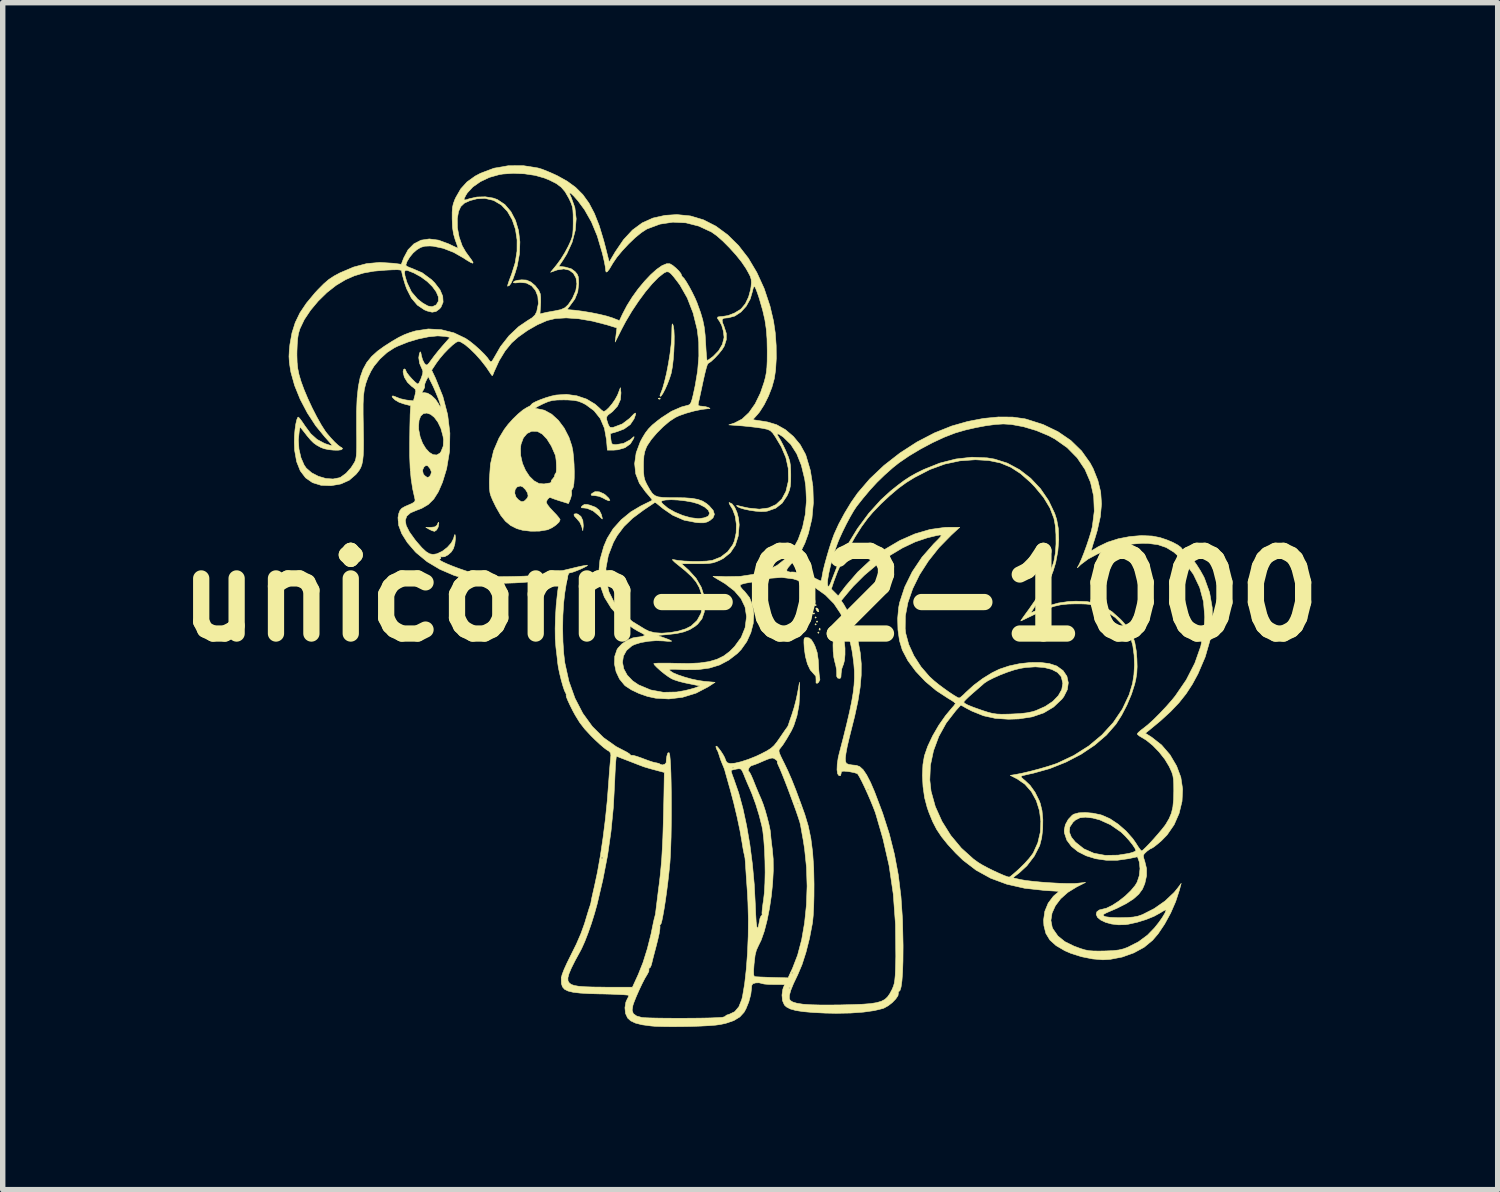
<source format=kicad_pcb>
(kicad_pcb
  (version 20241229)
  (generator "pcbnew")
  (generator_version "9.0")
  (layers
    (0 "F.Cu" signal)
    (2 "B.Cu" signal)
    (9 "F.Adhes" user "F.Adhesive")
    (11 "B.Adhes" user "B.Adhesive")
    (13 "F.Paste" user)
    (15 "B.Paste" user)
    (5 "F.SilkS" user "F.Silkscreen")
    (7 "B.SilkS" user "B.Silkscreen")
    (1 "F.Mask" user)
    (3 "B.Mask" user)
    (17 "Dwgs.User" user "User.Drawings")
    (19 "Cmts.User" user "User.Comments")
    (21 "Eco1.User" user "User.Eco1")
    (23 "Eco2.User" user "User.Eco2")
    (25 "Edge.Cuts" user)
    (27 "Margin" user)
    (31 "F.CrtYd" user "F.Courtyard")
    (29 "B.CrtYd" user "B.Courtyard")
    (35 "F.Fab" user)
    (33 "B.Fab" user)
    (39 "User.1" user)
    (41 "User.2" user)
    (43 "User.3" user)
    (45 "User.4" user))
  (footprint "unicorn-02-1000"
    (layer "F.Cu")
    (at 10.784 7.943)
    (property "Reference" "unicorn-02-1000" (at 0 0 0) (layer "F.SilkS") (effects (font (size 1.524 1.524) (thickness 0.3))))
    (attr through_hole)
    (fp_poly (pts (xy 1.041 -0.038) (xy 1.029 -0.025) (xy 1.016 -0.038) (xy 1.029 -0.051) (xy 1.041 -0.038)) (stroke (width 0.01) (type solid)) (fill yes) (layer "F.SilkS"))
    (fp_poly (pts (xy 1.041 0.191) (xy 1.029 0.203) (xy 1.016 0.191) (xy 1.029 0.178) (xy 1.041 0.191)) (stroke (width 0.01) (type solid)) (fill yes) (layer "F.SilkS"))
    (fp_poly (pts (xy 1.092 0.368) (xy 1.079 0.381) (xy 1.067 0.368) (xy 1.079 0.356) (xy 1.092 0.368)) (stroke (width 0.01) (type solid)) (fill yes) (layer "F.SilkS"))
    (fp_poly (pts (xy 1.118 -0.114) (xy 1.105 -0.102) (xy 1.092 -0.114) (xy 1.105 -0.127) (xy 1.118 -0.114)) (stroke (width 0.01) (type solid)) (fill yes) (layer "F.SilkS"))
    (fp_poly (pts (xy 1.219 0.165) (xy 1.206 0.178) (xy 1.194 0.165) (xy 1.206 0.152) (xy 1.219 0.165)) (stroke (width 0.01) (type solid)) (fill yes) (layer "F.SilkS"))
    (fp_poly (pts (xy 1.219 0.394) (xy 1.206 0.406) (xy 1.194 0.394) (xy 1.206 0.381) (xy 1.219 0.394)) (stroke (width 0.01) (type solid)) (fill yes) (layer "F.SilkS"))
    (fp_poly (pts (xy 1.219 0.521) (xy 1.206 0.533) (xy 1.194 0.521) (xy 1.206 0.508) (xy 1.219 0.521)) (stroke (width 0.01) (type solid)) (fill yes) (layer "F.SilkS"))
    (fp_poly (pts (xy 1.245 0.47) (xy 1.232 0.483) (xy 1.219 0.47) (xy 1.232 0.457) (xy 1.245 0.47)) (stroke (width 0.01) (type solid)) (fill yes) (layer "F.SilkS"))
    (fp_poly (pts (xy 1.27 0.673) (xy 1.257 0.686) (xy 1.245 0.673) (xy 1.257 0.66) (xy 1.27 0.673)) (stroke (width 0.01) (type solid)) (fill yes) (layer "F.SilkS"))
    (fp_poly (pts (xy -1.659 -3.649) (xy -1.663 -3.634) (xy -1.676 -3.632) (xy -1.697 -3.641) (xy -1.693 -3.649) (xy -1.663 -3.652) (xy -1.659 -3.649)) (stroke (width 0.01) (type solid)) (fill yes) (layer "F.SilkS"))
    (fp_poly (pts (xy 1.135 0.135) (xy 1.138 0.166) (xy 1.135 0.169) (xy 1.119 0.166) (xy 1.118 0.152) (xy 1.127 0.131) (xy 1.135 0.135)) (stroke (width 0.01) (type solid)) (fill yes) (layer "F.SilkS"))
    (fp_poly (pts (xy 1.16 0.059) (xy 1.163 0.089) (xy 1.16 0.093) (xy 1.145 0.09) (xy 1.143 0.076) (xy 1.152 0.055) (xy 1.16 0.059)) (stroke (width 0.01) (type solid)) (fill yes) (layer "F.SilkS"))
    (fp_poly (pts (xy 1.185 0.313) (xy 1.182 0.328) (xy 1.168 0.33) (xy 1.147 0.321) (xy 1.151 0.313) (xy 1.182 0.31) (xy 1.185 0.313)) (stroke (width 0.01) (type solid)) (fill yes) (layer "F.SilkS"))
    (fp_poly (pts (xy 1.287 0.593) (xy 1.29 0.623) (xy 1.287 0.627) (xy 1.272 0.623) (xy 1.27 0.61) (xy 1.279 0.589) (xy 1.287 0.593)) (stroke (width 0.01) (type solid)) (fill yes) (layer "F.SilkS"))
    (fp_poly (pts (xy 1.243 0.225) (xy 1.255 0.245) (xy 1.265 0.287) (xy 1.248 0.287) (xy 1.226 0.265) (xy 1.21 0.231) (xy 1.217 0.217) (xy 1.243 0.225)) (stroke (width 0.01) (type solid)) (fill yes) (layer "F.SilkS"))
    (fp_poly (pts (xy 1.142 -0.006) (xy 1.143 0) (xy 1.124 0.025) (xy 1.118 0.025) (xy 1.093 0.006) (xy 1.092 0) (xy 1.112 -0.025) (xy 1.118 -0.025) (xy 1.142 -0.006)) (stroke (width 0.01) (type solid)) (fill yes) (layer "F.SilkS"))
    (fp_poly (pts (xy 1.09 0.071) (xy 1.09 0.081) (xy 1.079 0.126) (xy 1.052 0.143) (xy 1.028 0.126) (xy 1.022 0.09) (xy 1.026 0.083) (xy 1.041 0.089) (xy 1.043 0.104) (xy 1.052 0.115) (xy 1.067 0.089) (xy 1.084 0.057) (xy 1.09 0.071)) (stroke (width 0.01) (type solid)) (fill yes) (layer "F.SilkS"))
    (fp_poly (pts (xy -3.179 -1.513) (xy -3.122 -1.47) (xy -3.086 -1.394) (xy -3.078 -1.299) (xy -3.078 -1.293) (xy -3.087 -1.206) (xy -3.108 -1.288) (xy -3.141 -1.361) (xy -3.197 -1.428) (xy -3.202 -1.433) (xy -3.246 -1.482) (xy -3.248 -1.513) (xy -3.21 -1.52) (xy -3.179 -1.513)) (stroke (width 0.01) (type solid)) (fill yes) (layer "F.SilkS"))
    (fp_poly (pts (xy -5.743 -1.352) (xy -5.742 -1.338) (xy -5.753 -1.275) (xy -5.782 -1.221) (xy -5.819 -1.195) (xy -5.824 -1.195) (xy -5.867 -1.207) (xy -5.918 -1.232) (xy -5.982 -1.268) (xy -5.886 -1.269) (xy -5.816 -1.277) (xy -5.778 -1.305) (xy -5.767 -1.327) (xy -5.75 -1.363) (xy -5.743 -1.352)) (stroke (width 0.01) (type solid)) (fill yes) (layer "F.SilkS"))
    (fp_poly (pts (xy -2.785 -1.924) (xy -2.702 -1.888) (xy -2.669 -1.865) (xy -2.607 -1.804) (xy -2.587 -1.767) (xy -2.607 -1.758) (xy -2.664 -1.781) (xy -2.705 -1.805) (xy -2.784 -1.84) (xy -2.867 -1.854) (xy -2.922 -1.857) (xy -2.935 -1.871) (xy -2.921 -1.892) (xy -2.863 -1.926) (xy -2.785 -1.924)) (stroke (width 0.01) (type solid)) (fill yes) (layer "F.SilkS"))
    (fp_poly (pts (xy -2.956 -1.678) (xy -2.85 -1.638) (xy -2.783 -1.583) (xy -2.745 -1.506) (xy -2.744 -1.501) (xy -2.73 -1.448) (xy -2.727 -1.423) (xy -2.728 -1.422) (xy -2.748 -1.439) (xy -2.788 -1.48) (xy -2.796 -1.488) (xy -2.899 -1.573) (xy -3.01 -1.619) (xy -3.065 -1.626) (xy -3.112 -1.629) (xy -3.115 -1.644) (xy -3.095 -1.666) (xy -3.059 -1.69) (xy -3.011 -1.691) (xy -2.956 -1.678)) (stroke (width 0.01) (type solid)) (fill yes) (layer "F.SilkS"))
    (fp_poly (pts (xy -1.425 -5.004) (xy -1.417 -4.978) (xy -1.406 -4.905) (xy -1.401 -4.794) (xy -1.402 -4.658) (xy -1.408 -4.511) (xy -1.419 -4.365) (xy -1.434 -4.234) (xy -1.453 -4.129) (xy -1.458 -4.106) (xy -1.489 -4.01) (xy -1.528 -3.908) (xy -1.57 -3.814) (xy -1.61 -3.738) (xy -1.642 -3.692) (xy -1.656 -3.683) (xy -1.665 -3.701) (xy -1.655 -3.727) (xy -1.618 -3.821) (xy -1.58 -3.954) (xy -1.542 -4.113) (xy -1.508 -4.289) (xy -1.479 -4.468) (xy -1.458 -4.639) (xy -1.447 -4.791) (xy -1.446 -4.839) (xy -1.444 -4.943) (xy -1.441 -5.002) (xy -1.435 -5.021) (xy -1.425 -5.004)) (stroke (width 0.01) (type solid)) (fill yes) (layer "F.SilkS"))
    (fp_poly (pts (xy 1.086 0.771) (xy 1.128 0.804) (xy 1.169 0.869) (xy 1.197 0.928) (xy 1.235 1.041) (xy 1.255 1.178) (xy 1.26 1.264) (xy 1.265 1.364) (xy 1.272 1.444) (xy 1.279 1.491) (xy 1.281 1.496) (xy 1.285 1.543) (xy 1.26 1.59) (xy 1.235 1.608) (xy 1.214 1.601) (xy 1.214 1.55) (xy 1.214 1.545) (xy 1.211 1.478) (xy 1.17 1.431) (xy 1.169 1.43) (xy 1.108 1.361) (xy 1.056 1.251) (xy 1.018 1.111) (xy 0.997 0.959) (xy 0.991 0.86) (xy 0.992 0.801) (xy 1.001 0.772) (xy 1.02 0.763) (xy 1.031 0.762) (xy 1.086 0.771)) (stroke (width 0.01) (type solid)) (fill yes) (layer "F.SilkS"))
    (fp_poly (pts (xy 1.662 0.666) (xy 1.705 0.734) (xy 1.717 0.764) (xy 1.737 0.851) (xy 1.748 0.961) (xy 1.748 1.077) (xy 1.739 1.182) (xy 1.72 1.258) (xy 1.714 1.27) (xy 1.689 1.339) (xy 1.677 1.423) (xy 1.677 1.429) (xy 1.673 1.494) (xy 1.655 1.519) (xy 1.617 1.511) (xy 1.611 1.509) (xy 1.595 1.478) (xy 1.595 1.424) (xy 1.593 1.357) (xy 1.576 1.268) (xy 1.562 1.219) (xy 1.542 1.129) (xy 1.53 1.019) (xy 1.527 0.903) (xy 1.532 0.794) (xy 1.546 0.708) (xy 1.568 0.657) (xy 1.569 0.656) (xy 1.614 0.638) (xy 1.662 0.666)) (stroke (width 0.01) (type solid)) (fill yes) (layer "F.SilkS"))
    (fp_poly (pts (xy -2.383 -3.749) (xy -2.393 -3.624) (xy -2.446 -3.505) (xy -2.538 -3.404) (xy -2.562 -3.385) (xy -2.62 -3.342) (xy -2.647 -3.305) (xy -2.647 -3.257) (xy -2.623 -3.182) (xy -2.613 -3.155) (xy -2.588 -3.115) (xy -2.544 -3.11) (xy -2.521 -3.114) (xy -2.359 -3.175) (xy -2.223 -3.278) (xy -2.198 -3.305) (xy -2.142 -3.362) (xy -2.114 -3.376) (xy -2.114 -3.348) (xy -2.139 -3.277) (xy -2.143 -3.267) (xy -2.213 -3.163) (xy -2.326 -3.082) (xy -2.449 -3.035) (xy -2.579 -2.997) (xy -2.57 -2.895) (xy -2.56 -2.83) (xy -2.54 -2.801) (xy -2.494 -2.794) (xy -2.475 -2.794) (xy -2.335 -2.817) (xy -2.213 -2.883) (xy -2.189 -2.903) (xy -2.15 -2.938) (xy -2.14 -2.938) (xy -2.149 -2.908) (xy -2.21 -2.808) (xy -2.309 -2.737) (xy -2.438 -2.699) (xy -2.523 -2.692) (xy -2.634 -2.692) (xy -2.65 -2.884) (xy -2.688 -3.096) (xy -2.764 -3.274) (xy -2.879 -3.419) (xy -3.032 -3.532) (xy -3.098 -3.566) (xy -3.173 -3.595) (xy -3.258 -3.611) (xy -3.367 -3.618) (xy -3.442 -3.619) (xy -3.56 -3.617) (xy -3.646 -3.608) (xy -3.72 -3.589) (xy -3.801 -3.555) (xy -3.835 -3.539) (xy -3.917 -3.498) (xy -3.957 -3.473) (xy -3.959 -3.461) (xy -3.93 -3.457) (xy -3.794 -3.428) (xy -3.661 -3.355) (xy -3.538 -3.243) (xy -3.43 -3.099) (xy -3.342 -2.928) (xy -3.289 -2.769) (xy -3.27 -2.675) (xy -3.257 -2.558) (xy -3.248 -2.43) (xy -3.244 -2.3) (xy -3.245 -2.179) (xy -3.251 -2.078) (xy -3.263 -2.008) (xy -3.277 -1.981) (xy -3.297 -1.944) (xy -3.294 -1.921) (xy -3.293 -1.872) (xy -3.311 -1.805) (xy -3.315 -1.794) (xy -3.351 -1.707) (xy -3.51 -1.756) (xy -3.592 -1.783) (xy -3.654 -1.805) (xy -3.679 -1.817) (xy -3.706 -1.815) (xy -3.737 -1.785) (xy -3.758 -1.743) (xy -3.759 -1.729) (xy -3.742 -1.691) (xy -3.697 -1.632) (xy -3.634 -1.564) (xy -3.632 -1.562) (xy -3.569 -1.496) (xy -3.524 -1.441) (xy -3.505 -1.41) (xy -3.505 -1.409) (xy -3.526 -1.364) (xy -3.581 -1.312) (xy -3.654 -1.262) (xy -3.731 -1.226) (xy -3.747 -1.222) (xy -3.886 -1.199) (xy -4.044 -1.197) (xy -4.197 -1.215) (xy -4.303 -1.245) (xy -4.417 -1.302) (xy -4.513 -1.381) (xy -4.6 -1.49) (xy -4.686 -1.64) (xy -4.703 -1.674) (xy -4.751 -1.773) (xy -4.782 -1.848) (xy -4.795 -1.895) (xy -4.342 -1.895) (xy -4.318 -1.826) (xy -4.276 -1.779) (xy -4.225 -1.745) (xy -4.188 -1.744) (xy -4.155 -1.761) (xy -4.111 -1.808) (xy -4.095 -1.846) (xy -4.106 -1.903) (xy -4.144 -1.965) (xy -4.194 -2.014) (xy -4.239 -2.032) (xy -4.301 -2.012) (xy -4.336 -1.962) (xy -4.342 -1.895) (xy -4.795 -1.895) (xy -4.8 -1.914) (xy -4.808 -1.989) (xy -4.81 -2.089) (xy -4.809 -2.159) (xy -4.79 -2.433) (xy -4.732 -2.681) (xy -4.709 -2.734) (xy -4.236 -2.734) (xy -4.232 -2.591) (xy -4.2 -2.45) (xy -4.144 -2.321) (xy -4.071 -2.21) (xy -3.985 -2.126) (xy -3.893 -2.076) (xy -3.798 -2.069) (xy -3.797 -2.07) (xy -3.733 -2.081) (xy -3.69 -2.087) (xy -3.669 -2.102) (xy -3.671 -2.11) (xy -3.664 -2.138) (xy -3.645 -2.159) (xy -3.612 -2.202) (xy -3.607 -2.226) (xy -3.596 -2.257) (xy -3.588 -2.261) (xy -3.578 -2.283) (xy -3.573 -2.341) (xy -3.574 -2.418) (xy -3.578 -2.5) (xy -3.587 -2.57) (xy -3.595 -2.603) (xy -3.666 -2.766) (xy -3.748 -2.897) (xy -3.835 -2.989) (xy -3.924 -3.037) (xy -3.927 -3.038) (xy -4.028 -3.041) (xy -4.115 -2.999) (xy -4.183 -2.918) (xy -4.226 -2.803) (xy -4.236 -2.734) (xy -4.709 -2.734) (xy -4.632 -2.914) (xy -4.536 -3.073) (xy -4.464 -3.168) (xy -4.375 -3.267) (xy -4.28 -3.359) (xy -4.191 -3.433) (xy -4.119 -3.478) (xy -4.115 -3.48) (xy -4.063 -3.506) (xy -4.039 -3.529) (xy -4.039 -3.53) (xy -4.016 -3.554) (xy -3.956 -3.586) (xy -3.871 -3.622) (xy -3.772 -3.658) (xy -3.671 -3.688) (xy -3.581 -3.708) (xy -3.388 -3.721) (xy -3.196 -3.694) (xy -3.016 -3.633) (xy -2.861 -3.54) (xy -2.789 -3.476) (xy -2.74 -3.429) (xy -2.704 -3.405) (xy -2.699 -3.404) (xy -2.66 -3.424) (xy -2.605 -3.476) (xy -2.545 -3.548) (xy -2.49 -3.628) (xy -2.448 -3.704) (xy -2.441 -3.721) (xy -2.394 -3.844) (xy -2.383 -3.749)) (stroke (width 0.01) (type solid)) (fill yes) (layer "F.SilkS"))
    (fp_poly (pts (xy -3.912 -7.895) (xy -3.839 -7.873) (xy -3.738 -7.833) (xy -3.623 -7.783) (xy -3.558 -7.753) (xy -3.376 -7.652) (xy -3.22 -7.538) (xy -3.087 -7.405) (xy -2.973 -7.247) (xy -2.873 -7.057) (xy -2.784 -6.831) (xy -2.703 -6.563) (xy -2.669 -6.434) (xy -2.6 -6.16) (xy -2.488 -6.349) (xy -2.336 -6.573) (xy -2.172 -6.75) (xy -1.993 -6.882) (xy -1.794 -6.972) (xy -1.57 -7.022) (xy -1.352 -7.036) (xy -1.102 -7.011) (xy -0.861 -6.939) (xy -0.632 -6.822) (xy -0.416 -6.663) (xy -0.216 -6.466) (xy -0.035 -6.233) (xy 0.123 -5.967) (xy 0.258 -5.671) (xy 0.365 -5.349) (xy 0.43 -5.072) (xy 0.462 -4.854) (xy 0.479 -4.619) (xy 0.481 -4.385) (xy 0.468 -4.169) (xy 0.444 -4.009) (xy 0.4 -3.85) (xy 0.335 -3.685) (xy 0.257 -3.528) (xy 0.173 -3.397) (xy 0.135 -3.351) (xy 0.048 -3.254) (xy 0.138 -3.24) (xy 0.23 -3.226) (xy 0.322 -3.211) (xy 0.487 -3.161) (xy 0.649 -3.07) (xy 0.797 -2.944) (xy 0.922 -2.793) (xy 1.015 -2.624) (xy 1.027 -2.596) (xy 1.109 -2.319) (xy 1.156 -2.024) (xy 1.165 -1.723) (xy 1.138 -1.429) (xy 1.073 -1.156) (xy 1.068 -1.142) (xy 1.008 -0.976) (xy 0.944 -0.844) (xy 0.869 -0.728) (xy 0.772 -0.611) (xy 0.754 -0.592) (xy 0.698 -0.526) (xy 0.674 -0.486) (xy 0.679 -0.462) (xy 0.687 -0.456) (xy 0.741 -0.442) (xy 0.763 -0.445) (xy 0.809 -0.444) (xy 0.887 -0.429) (xy 0.984 -0.404) (xy 1.084 -0.373) (xy 1.173 -0.339) (xy 1.213 -0.321) (xy 1.269 -0.293) (xy 1.302 -0.28) (xy 1.303 -0.279) (xy 1.313 -0.302) (xy 1.325 -0.359) (xy 1.329 -0.387) (xy 1.346 -0.475) (xy 1.376 -0.595) (xy 1.415 -0.735) (xy 1.458 -0.881) (xy 1.502 -1.017) (xy 1.543 -1.13) (xy 1.548 -1.143) (xy 1.632 -1.328) (xy 1.74 -1.529) (xy 1.861 -1.729) (xy 1.982 -1.902) (xy 2.205 -2.162) (xy 2.467 -2.41) (xy 2.761 -2.639) (xy 3.075 -2.842) (xy 3.4 -3.011) (xy 3.716 -3.137) (xy 4.011 -3.221) (xy 4.302 -3.277) (xy 4.581 -3.304) (xy 4.839 -3.302) (xy 5.066 -3.27) (xy 5.093 -3.263) (xy 5.401 -3.165) (xy 5.675 -3.033) (xy 5.912 -2.871) (xy 6.11 -2.678) (xy 6.267 -2.458) (xy 6.324 -2.352) (xy 6.411 -2.134) (xy 6.463 -1.92) (xy 6.478 -1.7) (xy 6.457 -1.467) (xy 6.4 -1.21) (xy 6.355 -1.06) (xy 6.324 -0.964) (xy 6.302 -0.888) (xy 6.291 -0.845) (xy 6.291 -0.838) (xy 6.315 -0.85) (xy 6.369 -0.881) (xy 6.419 -0.912) (xy 6.589 -0.994) (xy 6.788 -1.058) (xy 7.001 -1.099) (xy 7.215 -1.117) (xy 7.414 -1.108) (xy 7.557 -1.08) (xy 7.68 -1.039) (xy 7.793 -0.992) (xy 7.884 -0.943) (xy 7.943 -0.899) (xy 7.959 -0.877) (xy 7.989 -0.842) (xy 8.007 -0.837) (xy 8.043 -0.816) (xy 8.098 -0.759) (xy 8.163 -0.676) (xy 8.233 -0.578) (xy 8.3 -0.472) (xy 8.358 -0.368) (xy 8.376 -0.332) (xy 8.471 -0.068) (xy 8.52 0.213) (xy 8.523 0.507) (xy 8.48 0.811) (xy 8.39 1.122) (xy 8.257 1.433) (xy 8.153 1.625) (xy 8.039 1.8) (xy 7.908 1.965) (xy 7.752 2.129) (xy 7.565 2.3) (xy 7.367 2.464) (xy 7.287 2.528) (xy 7.404 2.602) (xy 7.586 2.745) (xy 7.741 2.925) (xy 7.863 3.132) (xy 7.941 3.34) (xy 7.974 3.558) (xy 7.963 3.784) (xy 7.909 4.006) (xy 7.817 4.216) (xy 7.688 4.403) (xy 7.584 4.51) (xy 7.509 4.574) (xy 7.447 4.623) (xy 7.409 4.647) (xy 7.404 4.649) (xy 7.37 4.665) (xy 7.318 4.703) (xy 7.308 4.712) (xy 7.266 4.752) (xy 7.25 4.785) (xy 7.257 4.831) (xy 7.276 4.89) (xy 7.309 5.025) (xy 7.309 5.154) (xy 7.277 5.299) (xy 7.234 5.402) (xy 7.166 5.495) (xy 7.068 5.583) (xy 6.935 5.669) (xy 6.761 5.757) (xy 6.568 5.84) (xy 6.515 5.869) (xy 6.511 5.893) (xy 6.554 5.912) (xy 6.643 5.924) (xy 6.775 5.929) (xy 6.828 5.929) (xy 6.966 5.926) (xy 7.069 5.917) (xy 7.151 5.901) (xy 7.229 5.874) (xy 7.234 5.872) (xy 7.45 5.762) (xy 7.65 5.622) (xy 7.82 5.461) (xy 7.892 5.372) (xy 7.948 5.296) (xy 7.914 5.423) (xy 7.846 5.632) (xy 7.753 5.845) (xy 7.642 6.048) (xy 7.522 6.227) (xy 7.42 6.346) (xy 7.264 6.475) (xy 7.073 6.579) (xy 6.86 6.655) (xy 6.638 6.698) (xy 6.503 6.706) (xy 6.314 6.69) (xy 6.109 6.649) (xy 5.911 6.586) (xy 5.8 6.538) (xy 5.64 6.444) (xy 5.525 6.34) (xy 5.452 6.219) (xy 5.416 6.076) (xy 5.41 5.974) (xy 5.433 5.812) (xy 5.495 5.661) (xy 5.59 5.535) (xy 5.618 5.51) (xy 5.697 5.444) (xy 5.427 5.427) (xy 5.062 5.387) (xy 4.732 5.312) (xy 4.435 5.202) (xy 4.166 5.054) (xy 3.923 4.868) (xy 3.788 4.737) (xy 3.642 4.578) (xy 3.528 4.436) (xy 3.438 4.301) (xy 3.364 4.157) (xy 3.297 3.993) (xy 3.264 3.899) (xy 3.216 3.717) (xy 3.187 3.513) (xy 3.176 3.304) (xy 3.185 3.106) (xy 3.212 2.946) (xy 3.273 2.77) (xy 3.364 2.577) (xy 3.477 2.382) (xy 3.604 2.201) (xy 3.713 2.07) (xy 3.758 2.019) (xy 3.783 1.983) (xy 3.784 1.977) (xy 3.764 1.957) (xy 3.76 1.954) (xy 3.937 1.954) (xy 3.956 1.977) (xy 4.015 2.009) (xy 4.117 2.05) (xy 4.264 2.102) (xy 4.293 2.112) (xy 4.39 2.143) (xy 4.47 2.163) (xy 4.548 2.174) (xy 4.639 2.178) (xy 4.76 2.176) (xy 4.813 2.174) (xy 4.979 2.166) (xy 5.107 2.151) (xy 5.212 2.129) (xy 5.27 2.11) (xy 5.441 2.034) (xy 5.58 1.941) (xy 5.682 1.835) (xy 5.745 1.723) (xy 5.765 1.607) (xy 5.738 1.494) (xy 5.731 1.48) (xy 5.666 1.406) (xy 5.56 1.351) (xy 5.422 1.316) (xy 5.258 1.304) (xy 5.078 1.316) (xy 4.977 1.333) (xy 4.869 1.36) (xy 4.742 1.402) (xy 4.61 1.453) (xy 4.487 1.508) (xy 4.384 1.56) (xy 4.316 1.605) (xy 4.31 1.61) (xy 4.278 1.639) (xy 4.218 1.691) (xy 4.141 1.758) (xy 4.108 1.786) (xy 4.032 1.854) (xy 3.973 1.911) (xy 3.941 1.947) (xy 3.937 1.954) (xy 3.76 1.954) (xy 3.711 1.921) (xy 3.649 1.884) (xy 3.432 1.742) (xy 3.23 1.573) (xy 3.053 1.386) (xy 2.908 1.19) (xy 2.805 0.994) (xy 2.804 0.991) (xy 2.753 0.821) (xy 2.725 0.623) (xy 2.719 0.414) (xy 2.737 0.213) (xy 2.755 0.12) (xy 2.849 -0.167) (xy 2.988 -0.449) (xy 3.168 -0.718) (xy 3.381 -0.961) (xy 3.461 -1.041) (xy 3.51 -1.094) (xy 3.524 -1.122) (xy 3.499 -1.128) (xy 3.433 -1.116) (xy 3.322 -1.089) (xy 3.264 -1.075) (xy 3.044 -1.001) (xy 2.808 -0.889) (xy 2.568 -0.745) (xy 2.33 -0.575) (xy 2.105 -0.385) (xy 1.901 -0.181) (xy 1.814 -0.08) (xy 1.678 0.084) (xy 1.724 0.15) (xy 1.79 0.265) (xy 1.857 0.415) (xy 1.92 0.585) (xy 1.972 0.76) (xy 1.991 0.838) (xy 2.029 1.044) (xy 2.048 1.247) (xy 2.047 1.458) (xy 2.027 1.684) (xy 1.987 1.934) (xy 1.926 2.217) (xy 1.879 2.404) (xy 1.827 2.611) (xy 1.789 2.774) (xy 1.766 2.898) (xy 1.755 2.987) (xy 1.758 3.046) (xy 1.772 3.081) (xy 1.781 3.088) (xy 1.817 3.103) (xy 1.877 3.113) (xy 1.958 3.121) (xy 2.019 3.143) (xy 2.082 3.2) (xy 2.147 3.296) (xy 2.219 3.435) (xy 2.293 3.607) (xy 2.442 4.001) (xy 2.564 4.381) (xy 2.659 4.758) (xy 2.731 5.141) (xy 2.78 5.542) (xy 2.809 5.969) (xy 2.819 6.433) (xy 2.819 6.482) (xy 2.817 6.73) (xy 2.81 6.935) (xy 2.798 7.095) (xy 2.782 7.208) (xy 2.762 7.273) (xy 2.742 7.29) (xy 2.729 7.308) (xy 2.732 7.323) (xy 2.725 7.368) (xy 2.684 7.428) (xy 2.621 7.494) (xy 2.545 7.553) (xy 2.466 7.597) (xy 2.444 7.605) (xy 2.288 7.643) (xy 2.088 7.671) (xy 1.851 7.688) (xy 1.585 7.693) (xy 1.385 7.689) (xy 1.159 7.678) (xy 0.979 7.662) (xy 0.841 7.641) (xy 0.738 7.612) (xy 0.668 7.575) (xy 0.631 7.54) (xy 0.596 7.46) (xy 0.586 7.357) (xy 0.601 7.251) (xy 0.609 7.228) (xy 0.61 7.226) (xy 0.711 7.226) (xy 0.724 7.239) (xy 0.737 7.226) (xy 0.724 7.214) (xy 0.711 7.226) (xy 0.61 7.226) (xy 0.634 7.163) (xy 0.438 7.162) (xy 0.339 7.16) (xy 0.259 7.153) (xy 0.213 7.143) (xy 0.209 7.141) (xy 0.162 7.13) (xy 0.101 7.132) (xy 0.048 7.147) (xy 0.027 7.183) (xy 0.025 7.223) (xy 0.011 7.344) (xy -0.026 7.482) (xy -0.078 7.61) (xy -0.114 7.675) (xy -0.192 7.76) (xy -0.302 7.827) (xy -0.452 7.878) (xy -0.551 7.899) (xy -0.638 7.911) (xy -0.765 7.921) (xy -0.921 7.929) (xy -1.095 7.935) (xy -1.276 7.938) (xy -1.452 7.939) (xy -1.614 7.937) (xy -1.75 7.933) (xy -1.831 7.926) (xy -1.995 7.904) (xy -2.117 7.873) (xy -2.203 7.832) (xy -2.26 7.78) (xy -2.299 7.696) (xy -2.31 7.591) (xy -2.293 7.487) (xy -2.273 7.442) (xy -2.247 7.391) (xy -2.236 7.362) (xy -2.26 7.357) (xy -2.327 7.351) (xy -2.43 7.346) (xy -2.561 7.34) (xy -2.713 7.336) (xy -2.75 7.336) (xy -2.965 7.33) (xy -3.136 7.32) (xy -3.265 7.305) (xy -3.359 7.282) (xy -3.423 7.25) (xy -3.462 7.205) (xy -3.481 7.146) (xy -3.484 7.071) (xy -3.483 7.039) (xy -3.362 7.039) (xy -3.36 7.091) (xy -3.357 7.1) (xy -3.335 7.134) (xy -3.299 7.161) (xy -3.244 7.18) (xy -3.163 7.194) (xy -3.05 7.203) (xy -2.9 7.208) (xy -2.707 7.21) (xy -2.667 7.211) (xy -2.172 7.212) (xy -2.065 6.978) (xy -1.977 6.757) (xy -1.897 6.502) (xy -1.828 6.228) (xy -1.804 6.109) (xy -1.786 6.021) (xy -1.77 5.95) (xy -1.761 5.918) (xy -1.748 5.866) (xy -1.74 5.804) (xy -1.734 5.753) (xy -1.723 5.663) (xy -1.708 5.543) (xy -1.691 5.403) (xy -1.678 5.309) (xy -1.66 5.155) (xy -1.645 5) (xy -1.631 4.836) (xy -1.621 4.656) (xy -1.611 4.454) (xy -1.604 4.221) (xy -1.597 3.951) (xy -1.591 3.676) (xy -1.584 3.251) (xy -1.687 3.224) (xy -1.84 3.183) (xy -1.958 3.148) (xy -2.019 3.125) (xy -2.067 3.107) (xy -2.146 3.076) (xy -2.242 3.039) (xy -2.26 3.032) (xy -2.351 2.997) (xy -2.422 2.969) (xy -2.462 2.954) (xy -2.466 2.952) (xy -2.471 2.974) (xy -2.478 3.038) (xy -2.485 3.138) (xy -2.492 3.266) (xy -2.498 3.409) (xy -2.523 3.887) (xy -2.567 4.338) (xy -2.63 4.78) (xy -2.717 5.229) (xy -2.822 5.677) (xy -2.871 5.853) (xy -2.928 6.036) (xy -2.99 6.213) (xy -3.052 6.373) (xy -3.11 6.502) (xy -3.136 6.551) (xy -3.231 6.725) (xy -3.299 6.861) (xy -3.342 6.964) (xy -3.362 7.039) (xy -3.483 7.039) (xy -3.483 7.036) (xy -3.468 6.977) (xy -3.432 6.883) (xy -3.377 6.762) (xy -3.308 6.623) (xy -3.301 6.609) (xy -3.204 6.413) (xy -3.121 6.221) (xy -3.059 6.049) (xy -3.047 6.012) (xy -3.014 5.901) (xy -2.985 5.806) (xy -2.964 5.739) (xy -2.955 5.715) (xy -2.938 5.657) (xy -2.933 5.626) (xy -2.924 5.578) (xy -2.906 5.497) (xy -2.883 5.395) (xy -2.874 5.357) (xy -2.817 5.091) (xy -2.77 4.826) (xy -2.743 4.826) (xy -2.734 4.847) (xy -2.726 4.843) (xy -2.723 4.813) (xy -2.726 4.809) (xy -2.741 4.813) (xy -2.743 4.826) (xy -2.77 4.826) (xy -2.763 4.787) (xy -2.714 4.457) (xy -2.671 4.115) (xy -2.636 3.772) (xy -2.617 3.522) (xy -2.606 3.376) (xy -2.596 3.236) (xy -2.586 3.117) (xy -2.578 3.03) (xy -2.576 3.01) (xy -2.569 2.933) (xy -2.577 2.889) (xy -2.606 2.858) (xy -2.646 2.834) (xy -2.698 2.795) (xy -2.774 2.73) (xy -2.863 2.647) (xy -2.934 2.577) (xy -3.051 2.451) (xy -3.143 2.332) (xy -3.226 2.197) (xy -3.273 2.111) (xy -3.325 2.007) (xy -3.365 1.92) (xy -3.389 1.86) (xy -3.394 1.836) (xy -3.393 1.806) (xy -3.4 1.793) (xy -3.425 1.743) (xy -3.454 1.656) (xy -3.485 1.547) (xy -3.514 1.428) (xy -3.538 1.314) (xy -3.552 1.217) (xy -3.554 1.194) (xy -3.558 1.152) (xy -3.567 1.074) (xy -3.579 0.975) (xy -3.583 0.94) (xy -3.595 0.785) (xy -3.597 0.596) (xy -3.591 0.386) (xy -3.578 0.169) (xy -3.556 -0.039) (xy -3.545 -0.125) (xy -3.53 -0.224) (xy -3.521 -0.3) (xy -3.517 -0.344) (xy -3.517 -0.349) (xy -3.542 -0.348) (xy -3.603 -0.34) (xy -3.666 -0.329) (xy -3.748 -0.317) (xy -3.81 -0.313) (xy -3.833 -0.316) (xy -3.861 -0.313) (xy -3.865 -0.306) (xy -3.894 -0.29) (xy -3.966 -0.275) (xy -4.07 -0.263) (xy -4.198 -0.252) (xy -4.34 -0.244) (xy -4.489 -0.239) (xy -4.634 -0.238) (xy -4.767 -0.242) (xy -4.872 -0.249) (xy -5.171 -0.298) (xy -5.458 -0.381) (xy -5.723 -0.495) (xy -5.959 -0.636) (xy -6.158 -0.8) (xy -6.177 -0.819) (xy -6.323 -0.989) (xy -6.425 -1.152) (xy -6.483 -1.306) (xy -6.491 -1.398) (xy -6.36 -1.398) (xy -6.344 -1.302) (xy -6.285 -1.185) (xy -6.184 -1.044) (xy -6.151 -1.003) (xy -6.055 -0.893) (xy -5.978 -0.821) (xy -5.913 -0.781) (xy -5.85 -0.769) (xy -5.781 -0.78) (xy -5.772 -0.783) (xy -5.677 -0.828) (xy -5.585 -0.899) (xy -5.511 -0.982) (xy -5.469 -1.064) (xy -5.465 -1.08) (xy -5.452 -1.131) (xy -5.442 -1.133) (xy -5.436 -1.088) (xy -5.436 -1.058) (xy -5.446 -0.966) (xy -5.472 -0.877) (xy -5.513 -0.814) (xy -5.572 -0.761) (xy -5.635 -0.727) (xy -5.687 -0.723) (xy -5.694 -0.727) (xy -5.711 -0.729) (xy -5.705 -0.715) (xy -5.706 -0.689) (xy -5.719 -0.686) (xy -5.738 -0.678) (xy -5.717 -0.658) (xy -5.662 -0.628) (xy -5.581 -0.591) (xy -5.48 -0.55) (xy -5.368 -0.508) (xy -5.252 -0.468) (xy -5.138 -0.433) (xy -5.034 -0.406) (xy -5.021 -0.403) (xy -4.926 -0.383) (xy -4.837 -0.37) (xy -4.743 -0.362) (xy -4.633 -0.359) (xy -4.493 -0.36) (xy -4.343 -0.363) (xy -4.178 -0.368) (xy -4.037 -0.376) (xy -3.908 -0.388) (xy -3.781 -0.406) (xy -3.643 -0.432) (xy -3.483 -0.466) (xy -3.289 -0.512) (xy -3.213 -0.531) (xy -3.119 -0.552) (xy -3.045 -0.566) (xy -3.004 -0.571) (xy -3 -0.57) (xy -3.014 -0.555) (xy -3.063 -0.529) (xy -3.13 -0.497) (xy -3.204 -0.467) (xy -3.269 -0.443) (xy -3.311 -0.432) (xy -3.314 -0.432) (xy -3.333 -0.429) (xy -3.348 -0.414) (xy -3.362 -0.379) (xy -3.376 -0.318) (xy -3.393 -0.222) (xy -3.415 -0.084) (xy -3.417 -0.076) (xy -3.44 0.124) (xy -3.454 0.355) (xy -3.458 0.599) (xy -3.453 0.841) (xy -3.438 1.064) (xy -3.418 1.232) (xy -3.342 1.573) (xy -3.231 1.883) (xy -3.087 2.161) (xy -2.911 2.404) (xy -2.705 2.609) (xy -2.471 2.775) (xy -2.34 2.843) (xy -2.269 2.88) (xy -2.222 2.912) (xy -2.21 2.927) (xy -2.194 2.939) (xy -2.187 2.935) (xy -2.154 2.937) (xy -2.087 2.956) (xy -1.999 2.987) (xy -1.973 2.997) (xy -1.877 3.033) (xy -1.795 3.06) (xy -1.741 3.073) (xy -1.734 3.073) (xy -1.679 3.087) (xy -1.659 3.101) (xy -1.62 3.113) (xy -1.575 3.1) (xy -1.549 3.07) (xy -1.549 3.058) (xy -1.547 3.019) (xy -1.538 2.956) (xy -1.537 2.949) (xy -1.519 2.893) (xy -1.498 2.886) (xy -1.495 2.889) (xy -1.484 2.925) (xy -1.476 3.004) (xy -1.468 3.121) (xy -1.462 3.269) (xy -1.458 3.441) (xy -1.455 3.632) (xy -1.454 3.834) (xy -1.454 4.04) (xy -1.456 4.245) (xy -1.459 4.442) (xy -1.465 4.623) (xy -1.472 4.783) (xy -1.48 4.916) (xy -1.482 4.934) (xy -1.499 5.104) (xy -1.519 5.28) (xy -1.541 5.453) (xy -1.564 5.617) (xy -1.587 5.765) (xy -1.609 5.889) (xy -1.628 5.984) (xy -1.644 6.041) (xy -1.655 6.056) (xy -1.666 6.067) (xy -1.663 6.098) (xy -1.666 6.143) (xy -1.679 6.225) (xy -1.703 6.332) (xy -1.732 6.448) (xy -1.764 6.569) (xy -1.792 6.676) (xy -1.812 6.758) (xy -1.823 6.801) (xy -1.841 6.845) (xy -1.859 6.858) (xy -1.871 6.874) (xy -1.867 6.884) (xy -1.869 6.919) (xy -1.897 6.973) (xy -1.902 6.981) (xy -1.942 7.048) (xy -1.993 7.147) (xy -2.048 7.263) (xy -2.1 7.381) (xy -2.142 7.486) (xy -2.162 7.543) (xy -2.177 7.635) (xy -2.156 7.699) (xy -2.094 7.743) (xy -2 7.769) (xy -1.946 7.774) (xy -1.85 7.778) (xy -1.72 7.781) (xy -1.566 7.783) (xy -1.396 7.784) (xy -1.219 7.784) (xy -1.043 7.783) (xy -0.878 7.781) (xy -0.731 7.778) (xy -0.612 7.773) (xy -0.53 7.768) (xy -0.514 7.767) (xy -0.47 7.755) (xy -0.457 7.743) (xy -0.435 7.726) (xy -0.385 7.71) (xy -0.286 7.663) (xy -0.209 7.572) (xy -0.155 7.436) (xy -0.141 7.377) (xy -0.102 7.146) (xy -0.072 6.877) (xy -0.05 6.581) (xy -0.037 6.269) (xy -0.034 5.955) (xy -0.042 5.649) (xy -0.052 5.461) (xy -0.063 5.305) (xy -0.073 5.161) (xy -0.081 5.039) (xy -0.087 4.948) (xy -0.09 4.902) (xy -0.096 4.83) (xy -0.107 4.777) (xy -0.107 4.775) (xy -0.117 4.733) (xy -0.132 4.656) (xy -0.148 4.558) (xy -0.152 4.534) (xy -0.189 4.321) (xy -0.241 4.076) (xy -0.303 3.815) (xy -0.372 3.556) (xy -0.383 3.518) (xy -0.415 3.404) (xy -0.442 3.308) (xy -0.461 3.241) (xy -0.468 3.214) (xy -0.352 3.214) (xy -0.348 3.241) (xy -0.329 3.301) (xy -0.298 3.382) (xy -0.298 3.384) (xy -0.212 3.63) (xy -0.134 3.917) (xy -0.065 4.238) (xy -0.006 4.584) (xy 0.041 4.947) (xy 0.075 5.319) (xy 0.094 5.682) (xy 0.102 5.868) (xy 0.11 6.004) (xy 0.121 6.089) (xy 0.132 6.124) (xy 0.145 6.11) (xy 0.16 6.046) (xy 0.167 6.007) (xy 0.181 5.939) (xy 0.2 5.898) (xy 0.208 5.893) (xy 0.221 5.878) (xy 0.219 5.872) (xy 0.217 5.839) (xy 0.223 5.769) (xy 0.235 5.672) (xy 0.245 5.612) (xy 0.261 5.469) (xy 0.271 5.291) (xy 0.275 5.091) (xy 0.272 4.882) (xy 0.264 4.676) (xy 0.25 4.486) (xy 0.232 4.326) (xy 0.216 4.242) (xy 0.166 4.045) (xy 0.103 3.839) (xy 0.033 3.647) (xy -0.01 3.545) (xy -0.055 3.443) (xy -0.1 3.335) (xy -0.116 3.294) (xy -0.147 3.223) (xy -0.154 3.214) (xy -0.038 3.214) (xy -0.03 3.226) (xy -0.011 3.248) (xy 0.019 3.306) (xy 0.055 3.389) (xy 0.063 3.41) (xy 0.11 3.527) (xy 0.162 3.651) (xy 0.204 3.747) (xy 0.239 3.836) (xy 0.277 3.952) (xy 0.313 4.08) (xy 0.345 4.206) (xy 0.368 4.316) (xy 0.378 4.395) (xy 0.378 4.407) (xy 0.382 4.455) (xy 0.391 4.538) (xy 0.404 4.639) (xy 0.407 4.661) (xy 0.424 4.847) (xy 0.426 5.059) (xy 0.414 5.289) (xy 0.39 5.526) (xy 0.355 5.76) (xy 0.311 5.981) (xy 0.26 6.179) (xy 0.202 6.344) (xy 0.153 6.444) (xy 0.114 6.529) (xy 0.091 6.619) (xy 0.09 6.624) (xy 0.071 6.787) (xy 0.063 6.908) (xy 0.065 6.985) (xy 0.077 7.015) (xy 0.111 7.019) (xy 0.184 7.023) (xy 0.287 7.027) (xy 0.4 7.031) (xy 0.699 7.039) (xy 0.741 6.947) (xy 0.762 6.947) (xy 0.775 6.96) (xy 0.787 6.947) (xy 0.775 6.934) (xy 0.762 6.947) (xy 0.741 6.947) (xy 0.779 6.866) (xy 0.874 6.62) (xy 0.949 6.336) (xy 1.003 6.023) (xy 1.037 5.69) (xy 1.049 5.347) (xy 1.038 5.001) (xy 1.003 4.662) (xy 0.977 4.496) (xy 0.957 4.387) (xy 0.941 4.295) (xy 0.93 4.233) (xy 0.927 4.216) (xy 0.914 4.165) (xy 0.885 4.076) (xy 0.845 3.959) (xy 0.823 3.899) (xy 0.914 3.899) (xy 0.927 3.912) (xy 0.94 3.899) (xy 0.927 3.886) (xy 0.914 3.899) (xy 0.823 3.899) (xy 0.796 3.823) (xy 0.864 3.823) (xy 0.876 3.835) (xy 0.889 3.823) (xy 0.876 3.81) (xy 0.864 3.823) (xy 0.796 3.823) (xy 0.795 3.822) (xy 0.741 3.675) (xy 0.686 3.528) (xy 0.632 3.389) (xy 0.583 3.267) (xy 0.544 3.173) (xy 0.52 3.122) (xy 0.499 3.072) (xy 0.499 3.048) (xy 0.5 3.048) (xy 0.497 3.036) (xy 0.465 3.01) (xy 0.437 2.992) (xy 0.41 2.985) (xy 0.374 2.99) (xy 0.318 3.009) (xy 0.232 3.045) (xy 0.159 3.077) (xy 0.089 3.105) (xy 0.038 3.122) (xy 0.027 3.124) (xy -0.004 3.144) (xy -0.025 3.175) (xy -0.038 3.214) (xy -0.154 3.214) (xy -0.173 3.189) (xy -0.207 3.182) (xy -0.254 3.189) (xy -0.315 3.202) (xy -0.351 3.213) (xy -0.352 3.214) (xy -0.468 3.214) (xy -0.468 3.213) (xy -0.481 3.175) (xy -0.486 3.162) (xy -0.33 3.162) (xy -0.318 3.175) (xy -0.305 3.162) (xy -0.318 3.15) (xy -0.33 3.162) (xy -0.486 3.162) (xy -0.507 3.112) (xy -0.517 3.088) (xy -0.549 3.008) (xy -0.572 2.935) (xy -0.576 2.922) (xy -0.597 2.861) (xy -0.616 2.827) (xy -0.632 2.781) (xy -0.63 2.766) (xy -0.613 2.77) (xy -0.581 2.806) (xy -0.54 2.861) (xy -0.5 2.923) (xy -0.47 2.978) (xy -0.457 3.015) (xy -0.457 3.015) (xy -0.44 3.052) (xy -0.419 3.074) (xy -0.368 3.087) (xy -0.281 3.08) (xy -0.167 3.053) (xy -0.035 3.01) (xy 0.106 2.954) (xy 0.203 2.908) (xy 0.309 2.853) (xy 0.383 2.806) (xy 0.44 2.755) (xy 0.495 2.686) (xy 0.546 2.613) (xy 0.604 2.528) (xy 0.651 2.46) (xy 0.681 2.419) (xy 0.686 2.413) (xy 0.703 2.379) (xy 0.704 2.375) (xy 0.715 2.34) (xy 0.738 2.271) (xy 0.769 2.183) (xy 0.772 2.172) (xy 0.81 2.053) (xy 0.846 1.914) (xy 0.872 1.791) (xy 0.909 1.587) (xy 0.912 1.804) (xy 0.9 2.007) (xy 0.862 2.208) (xy 0.803 2.39) (xy 0.76 2.482) (xy 0.672 2.634) (xy 0.603 2.742) (xy 0.555 2.804) (xy 0.536 2.828) (xy 0.53 2.855) (xy 0.539 2.895) (xy 0.566 2.957) (xy 0.613 3.053) (xy 0.626 3.078) (xy 0.693 3.218) (xy 0.765 3.383) (xy 0.843 3.579) (xy 0.93 3.813) (xy 1.007 4.026) (xy 1.07 4.236) (xy 1.118 4.465) (xy 1.151 4.722) (xy 1.171 5.013) (xy 1.177 5.309) (xy 1.176 5.529) (xy 1.171 5.726) (xy 1.162 5.89) (xy 1.15 6.013) (xy 1.147 6.032) (xy 1.094 6.309) (xy 1.029 6.566) (xy 0.956 6.794) (xy 0.877 6.981) (xy 0.875 6.985) (xy 0.798 7.146) (xy 0.748 7.269) (xy 0.723 7.36) (xy 0.722 7.421) (xy 0.739 7.456) (xy 0.786 7.485) (xy 0.863 7.508) (xy 0.974 7.525) (xy 1.122 7.535) (xy 1.312 7.54) (xy 1.547 7.539) (xy 1.663 7.538) (xy 1.891 7.532) (xy 2.075 7.525) (xy 2.22 7.514) (xy 2.332 7.496) (xy 2.418 7.471) (xy 2.483 7.437) (xy 2.533 7.39) (xy 2.575 7.33) (xy 2.615 7.255) (xy 2.622 7.239) (xy 2.641 7.193) (xy 2.656 7.143) (xy 2.666 7.081) (xy 2.674 6.998) (xy 2.679 6.886) (xy 2.683 6.735) (xy 2.685 6.642) (xy 2.679 6.051) (xy 2.638 5.493) (xy 2.561 4.968) (xy 2.449 4.478) (xy 2.425 4.394) (xy 2.39 4.273) (xy 2.36 4.17) (xy 2.338 4.093) (xy 2.326 4.053) (xy 2.326 4.051) (xy 2.303 3.979) (xy 2.265 3.881) (xy 2.218 3.766) (xy 2.165 3.644) (xy 2.131 3.569) (xy 2.159 3.569) (xy 2.172 3.581) (xy 2.184 3.569) (xy 2.172 3.556) (xy 2.159 3.569) (xy 2.131 3.569) (xy 2.111 3.525) (xy 2.06 3.419) (xy 2.016 3.336) (xy 1.985 3.284) (xy 1.974 3.273) (xy 1.923 3.256) (xy 1.844 3.24) (xy 1.803 3.234) (xy 1.728 3.227) (xy 1.69 3.232) (xy 1.678 3.252) (xy 1.676 3.272) (xy 1.665 3.311) (xy 1.638 3.311) (xy 1.612 3.276) (xy 1.601 3.202) (xy 1.605 3.099) (xy 1.623 2.978) (xy 1.64 2.907) (xy 1.717 2.61) (xy 1.78 2.356) (xy 1.831 2.138) (xy 1.87 1.95) (xy 1.898 1.786) (xy 1.915 1.641) (xy 1.922 1.507) (xy 1.921 1.379) (xy 1.911 1.251) (xy 1.894 1.116) (xy 1.877 1.003) (xy 1.848 0.863) (xy 1.807 0.708) (xy 1.76 0.554) (xy 1.711 0.418) (xy 1.666 0.32) (xy 1.544 0.138) (xy 1.388 -0.02) (xy 1.232 -0.132) (xy 1.496 -0.132) (xy 1.559 -0.069) (xy 1.623 -0.005) (xy 1.763 -0.189) (xy 1.982 -0.443) (xy 2.224 -0.669) (xy 2.485 -0.864) (xy 2.758 -1.025) (xy 3.038 -1.148) (xy 3.318 -1.23) (xy 3.593 -1.268) (xy 3.67 -1.27) (xy 3.864 -1.27) (xy 3.707 -1.125) (xy 3.48 -0.893) (xy 3.285 -0.647) (xy 3.122 -0.393) (xy 2.996 -0.136) (xy 2.908 0.119) (xy 2.861 0.367) (xy 2.858 0.601) (xy 2.867 0.683) (xy 2.923 0.89) (xy 3.019 1.1) (xy 3.149 1.302) (xy 3.305 1.483) (xy 3.394 1.564) (xy 3.477 1.631) (xy 3.571 1.701) (xy 3.665 1.768) (xy 3.75 1.824) (xy 3.816 1.864) (xy 3.852 1.88) (xy 3.852 1.88) (xy 3.882 1.863) (xy 3.933 1.819) (xy 3.976 1.776) (xy 4.121 1.644) (xy 4.288 1.519) (xy 4.46 1.413) (xy 4.593 1.348) (xy 4.775 1.287) (xy 4.97 1.245) (xy 5.166 1.224) (xy 5.352 1.223) (xy 5.517 1.244) (xy 5.648 1.287) (xy 5.655 1.29) (xy 5.769 1.373) (xy 5.84 1.477) (xy 5.866 1.597) (xy 5.848 1.724) (xy 5.783 1.853) (xy 5.748 1.899) (xy 5.595 2.044) (xy 5.413 2.153) (xy 5.2 2.226) (xy 4.952 2.264) (xy 4.763 2.27) (xy 4.52 2.254) (xy 4.302 2.206) (xy 4.091 2.121) (xy 3.996 2.072) (xy 3.884 2.009) (xy 3.79 2.113) (xy 3.615 2.339) (xy 3.478 2.587) (xy 3.38 2.851) (xy 3.323 3.121) (xy 3.312 3.39) (xy 3.335 3.598) (xy 3.413 3.879) (xy 3.536 4.153) (xy 3.698 4.412) (xy 3.894 4.647) (xy 4.117 4.848) (xy 4.204 4.911) (xy 4.276 4.955) (xy 4.372 5.007) (xy 4.479 5.06) (xy 4.587 5.11) (xy 4.681 5.151) (xy 4.751 5.176) (xy 4.778 5.181) (xy 4.803 5.165) (xy 4.855 5.122) (xy 4.927 5.059) (xy 4.973 5.016) (xy 5.062 4.928) (xy 5.144 4.837) (xy 5.205 4.757) (xy 5.221 4.733) (xy 5.304 4.548) (xy 5.35 4.352) (xy 5.359 4.151) (xy 5.334 3.955) (xy 5.276 3.771) (xy 5.186 3.606) (xy 5.067 3.47) (xy 4.928 3.373) (xy 4.796 3.305) (xy 4.894 3.289) (xy 5.02 3.264) (xy 5.173 3.228) (xy 5.335 3.185) (xy 5.489 3.14) (xy 5.618 3.098) (xy 5.662 3.082) (xy 5.967 2.938) (xy 6.243 2.763) (xy 6.487 2.559) (xy 6.695 2.331) (xy 6.863 2.083) (xy 6.988 1.818) (xy 7.05 1.612) (xy 7.076 1.449) (xy 7.086 1.269) (xy 7.079 1.087) (xy 7.056 0.918) (xy 7.019 0.778) (xy 7.003 0.737) (xy 6.89 0.556) (xy 6.734 0.396) (xy 6.536 0.261) (xy 6.413 0.199) (xy 6.347 0.172) (xy 6.28 0.155) (xy 6.197 0.146) (xy 6.086 0.142) (xy 6.007 0.142) (xy 5.857 0.146) (xy 5.727 0.16) (xy 5.603 0.188) (xy 5.473 0.233) (xy 5.323 0.298) (xy 5.202 0.357) (xy 5.11 0.401) (xy 5.038 0.436) (xy 4.996 0.455) (xy 4.989 0.457) (xy 5 0.438) (xy 5.035 0.387) (xy 5.089 0.312) (xy 5.144 0.237) (xy 5.251 0.082) (xy 5.356 -0.094) (xy 5.452 -0.276) (xy 5.532 -0.451) (xy 5.589 -0.605) (xy 5.601 -0.648) (xy 5.627 -0.79) (xy 5.639 -0.96) (xy 5.638 -1.139) (xy 5.625 -1.306) (xy 5.601 -1.433) (xy 5.528 -1.625) (xy 5.411 -1.819) (xy 5.247 -2.017) (xy 5.171 -2.096) (xy 4.987 -2.259) (xy 4.805 -2.377) (xy 4.612 -2.457) (xy 4.399 -2.501) (xy 4.152 -2.515) (xy 4.151 -2.515) (xy 3.867 -2.495) (xy 3.59 -2.436) (xy 3.314 -2.335) (xy 3.031 -2.189) (xy 2.88 -2.096) (xy 2.734 -1.99) (xy 2.574 -1.854) (xy 2.411 -1.702) (xy 2.26 -1.545) (xy 2.165 -1.433) (xy 2.053 -1.28) (xy 1.934 -1.092) (xy 1.816 -0.882) (xy 1.706 -0.665) (xy 1.611 -0.454) (xy 1.539 -0.264) (xy 1.539 -0.263) (xy 1.496 -0.132) (xy 1.232 -0.132) (xy 1.205 -0.152) (xy 1.053 -0.228) (xy 1.424 -0.228) (xy 1.433 -0.184) (xy 1.443 -0.178) (xy 1.463 -0.199) (xy 1.488 -0.253) (xy 1.495 -0.273) (xy 1.626 -0.608) (xy 1.788 -0.935) (xy 1.977 -1.244) (xy 2.187 -1.528) (xy 2.411 -1.776) (xy 2.591 -1.94) (xy 2.728 -2.049) (xy 2.842 -2.134) (xy 2.948 -2.203) (xy 3.06 -2.266) (xy 3.194 -2.332) (xy 3.2 -2.335) (xy 3.495 -2.453) (xy 3.793 -2.529) (xy 4.087 -2.562) (xy 4.37 -2.55) (xy 4.503 -2.528) (xy 4.741 -2.453) (xy 4.965 -2.333) (xy 5.171 -2.174) (xy 5.352 -1.982) (xy 5.502 -1.763) (xy 5.616 -1.523) (xy 5.652 -1.412) (xy 5.683 -1.241) (xy 5.69 -1.042) (xy 5.673 -0.83) (xy 5.634 -0.62) (xy 5.589 -0.47) (xy 5.543 -0.351) (xy 5.491 -0.234) (xy 5.443 -0.139) (xy 5.429 -0.114) (xy 5.377 -0.027) (xy 5.327 0.058) (xy 5.304 0.097) (xy 5.26 0.173) (xy 5.217 0.242) (xy 5.215 0.245) (xy 5.173 0.309) (xy 5.273 0.266) (xy 5.487 0.182) (xy 5.682 0.127) (xy 5.872 0.099) (xy 6.007 0.093) (xy 6.206 0.1) (xy 6.376 0.132) (xy 6.527 0.193) (xy 6.674 0.289) (xy 6.826 0.425) (xy 6.862 0.462) (xy 6.967 0.583) (xy 7.042 0.708) (xy 7.091 0.848) (xy 7.12 1.016) (xy 7.131 1.157) (xy 7.135 1.302) (xy 7.129 1.42) (xy 7.111 1.533) (xy 7.09 1.624) (xy 7.031 1.808) (xy 6.948 2.006) (xy 6.849 2.197) (xy 6.746 2.359) (xy 6.744 2.362) (xy 6.569 2.562) (xy 6.352 2.748) (xy 6.101 2.916) (xy 5.822 3.061) (xy 5.524 3.18) (xy 5.214 3.267) (xy 5.169 3.276) (xy 5.085 3.295) (xy 5.021 3.311) (xy 4.995 3.32) (xy 5.001 3.341) (xy 5.039 3.378) (xy 5.065 3.398) (xy 5.161 3.489) (xy 5.252 3.616) (xy 5.328 3.768) (xy 5.349 3.823) (xy 5.381 3.956) (xy 5.396 4.119) (xy 5.394 4.292) (xy 5.375 4.456) (xy 5.34 4.593) (xy 5.336 4.604) (xy 5.238 4.795) (xy 5.103 4.972) (xy 4.966 5.099) (xy 4.844 5.194) (xy 4.981 5.226) (xy 5.079 5.243) (xy 5.213 5.259) (xy 5.371 5.274) (xy 5.538 5.286) (xy 5.704 5.295) (xy 5.853 5.299) (xy 5.974 5.299) (xy 6.032 5.295) (xy 6.185 5.279) (xy 6.021 5.362) (xy 5.858 5.462) (xy 5.725 5.58) (xy 5.627 5.71) (xy 5.566 5.845) (xy 5.545 5.979) (xy 5.569 6.106) (xy 5.584 6.138) (xy 5.674 6.267) (xy 5.802 6.371) (xy 5.973 6.455) (xy 5.985 6.459) (xy 6.09 6.498) (xy 6.172 6.523) (xy 6.248 6.538) (xy 6.333 6.544) (xy 6.441 6.545) (xy 6.553 6.543) (xy 6.692 6.537) (xy 6.796 6.525) (xy 6.881 6.505) (xy 6.96 6.476) (xy 7.16 6.374) (xy 7.327 6.25) (xy 7.454 6.119) (xy 7.533 6.02) (xy 7.6 5.925) (xy 7.648 5.845) (xy 7.669 5.79) (xy 7.67 5.786) (xy 7.652 5.788) (xy 7.604 5.814) (xy 7.561 5.841) (xy 7.446 5.904) (xy 7.298 5.964) (xy 7.136 6.014) (xy 6.978 6.049) (xy 6.918 6.058) (xy 6.788 6.061) (xy 6.664 6.046) (xy 6.554 6.016) (xy 6.464 5.973) (xy 6.404 5.923) (xy 6.38 5.867) (xy 6.393 5.82) (xy 6.437 5.787) (xy 6.482 5.776) (xy 6.57 5.754) (xy 6.679 5.701) (xy 6.797 5.624) (xy 6.914 5.532) (xy 7.018 5.432) (xy 7.099 5.335) (xy 7.135 5.275) (xy 7.174 5.157) (xy 7.188 5.026) (xy 7.176 4.905) (xy 7.164 4.869) (xy 7.141 4.806) (xy 6.98 4.841) (xy 6.768 4.871) (xy 6.562 4.87) (xy 6.369 4.842) (xy 6.195 4.788) (xy 6.045 4.712) (xy 5.924 4.615) (xy 5.839 4.501) (xy 5.796 4.372) (xy 5.794 4.348) (xy 5.884 4.348) (xy 5.923 4.446) (xy 5.996 4.535) (xy 6.153 4.66) (xy 6.337 4.741) (xy 6.547 4.78) (xy 6.785 4.776) (xy 6.979 4.745) (xy 7.053 4.725) (xy 7.101 4.704) (xy 7.112 4.693) (xy 7.095 4.65) (xy 7.051 4.584) (xy 6.988 4.505) (xy 6.916 4.425) (xy 6.845 4.356) (xy 6.835 4.348) (xy 6.645 4.216) (xy 6.443 4.125) (xy 6.317 4.092) (xy 6.182 4.076) (xy 6.081 4.087) (xy 5.999 4.128) (xy 5.953 4.169) (xy 5.894 4.257) (xy 5.884 4.348) (xy 5.794 4.348) (xy 5.791 4.312) (xy 5.812 4.214) (xy 5.865 4.117) (xy 5.938 4.04) (xy 5.97 4.02) (xy 6.058 3.996) (xy 6.178 3.99) (xy 6.317 4.002) (xy 6.458 4.031) (xy 6.488 4.04) (xy 6.633 4.104) (xy 6.785 4.205) (xy 6.93 4.331) (xy 7.054 4.471) (xy 7.11 4.551) (xy 7.157 4.625) (xy 7.196 4.678) (xy 7.217 4.699) (xy 7.217 4.699) (xy 7.244 4.681) (xy 7.295 4.632) (xy 7.363 4.562) (xy 7.44 4.478) (xy 7.517 4.39) (xy 7.588 4.306) (xy 7.644 4.235) (xy 7.665 4.205) (xy 7.726 4.101) (xy 7.768 4) (xy 7.794 3.888) (xy 7.807 3.75) (xy 7.811 3.593) (xy 7.81 3.468) (xy 7.805 3.378) (xy 7.794 3.309) (xy 7.774 3.245) (xy 7.741 3.173) (xy 7.725 3.139) (xy 7.646 3.008) (xy 7.541 2.875) (xy 7.423 2.753) (xy 7.304 2.656) (xy 7.235 2.614) (xy 7.176 2.579) (xy 7.141 2.549) (xy 7.137 2.541) (xy 7.157 2.514) (xy 7.206 2.471) (xy 7.245 2.442) (xy 7.331 2.374) (xy 7.438 2.277) (xy 7.555 2.16) (xy 7.672 2.036) (xy 7.779 1.914) (xy 7.838 1.841) (xy 8.042 1.543) (xy 8.199 1.236) (xy 8.309 0.923) (xy 8.369 0.609) (xy 8.382 0.385) (xy 8.359 0.103) (xy 8.289 -0.16) (xy 8.173 -0.402) (xy 8.014 -0.62) (xy 7.954 -0.684) (xy 7.812 -0.811) (xy 7.672 -0.897) (xy 7.519 -0.949) (xy 7.341 -0.972) (xy 7.226 -0.974) (xy 7.022 -0.958) (xy 6.809 -0.917) (xy 6.599 -0.855) (xy 6.402 -0.776) (xy 6.231 -0.684) (xy 6.097 -0.583) (xy 6.075 -0.562) (xy 6.04 -0.528) (xy 6.031 -0.524) (xy 6.036 -0.532) (xy 6.068 -0.59) (xy 6.11 -0.685) (xy 6.157 -0.804) (xy 6.205 -0.936) (xy 6.249 -1.068) (xy 6.286 -1.188) (xy 6.309 -1.281) (xy 6.345 -1.567) (xy 6.334 -1.841) (xy 6.276 -2.098) (xy 6.174 -2.336) (xy 6.03 -2.55) (xy 5.845 -2.738) (xy 5.621 -2.896) (xy 5.506 -2.958) (xy 5.276 -3.054) (xy 5.041 -3.124) (xy 4.815 -3.166) (xy 4.668 -3.175) (xy 4.524 -3.166) (xy 4.349 -3.143) (xy 4.158 -3.107) (xy 3.966 -3.063) (xy 3.791 -3.012) (xy 3.778 -3.008) (xy 3.579 -2.931) (xy 3.362 -2.83) (xy 3.142 -2.713) (xy 2.931 -2.587) (xy 2.745 -2.46) (xy 2.629 -2.368) (xy 2.475 -2.231) (xy 2.339 -2.099) (xy 2.21 -1.959) (xy 2.076 -1.799) (xy 1.961 -1.653) (xy 1.908 -1.573) (xy 1.842 -1.459) (xy 1.771 -1.326) (xy 1.702 -1.186) (xy 1.642 -1.054) (xy 1.611 -0.978) (xy 1.56 -0.834) (xy 1.514 -0.687) (xy 1.477 -0.545) (xy 1.448 -0.416) (xy 1.43 -0.308) (xy 1.424 -0.228) (xy 1.053 -0.228) (xy 1.004 -0.252) (xy 0.793 -0.318) (xy 0.581 -0.345) (xy 0.377 -0.33) (xy 0.329 -0.319) (xy 0.209 -0.292) (xy 0.077 -0.266) (xy 0.004 -0.255) (xy -0.085 -0.239) (xy -0.153 -0.221) (xy -0.184 -0.207) (xy -0.182 -0.175) (xy -0.139 -0.121) (xy -0.104 -0.088) (xy -0.012 0.028) (xy 0.044 0.17) (xy 0.067 0.331) (xy 0.056 0.502) (xy 0.012 0.673) (xy -0.063 0.838) (xy -0.168 0.986) (xy -0.239 1.059) (xy -0.396 1.18) (xy -0.564 1.269) (xy -0.75 1.326) (xy -0.963 1.355) (xy -1.211 1.357) (xy -1.281 1.354) (xy -1.389 1.348) (xy -1.453 1.348) (xy -1.483 1.353) (xy -1.485 1.366) (xy -1.473 1.38) (xy -1.42 1.415) (xy -1.329 1.453) (xy -1.213 1.492) (xy -1.085 1.528) (xy -0.958 1.555) (xy -0.843 1.572) (xy -0.838 1.572) (xy -0.648 1.589) (xy -0.773 1.671) (xy -0.999 1.789) (xy -1.246 1.865) (xy -1.502 1.896) (xy -1.743 1.882) (xy -1.895 1.849) (xy -2.05 1.795) (xy -2.191 1.728) (xy -2.301 1.656) (xy -2.317 1.642) (xy -2.41 1.528) (xy -2.473 1.394) (xy -2.503 1.25) (xy -2.498 1.11) (xy -2.456 0.986) (xy -2.439 0.959) (xy -2.366 0.881) (xy -2.268 0.814) (xy -2.165 0.77) (xy -2.105 0.759) (xy -2.031 0.75) (xy -1.981 0.739) (xy -1.951 0.727) (xy -1.949 0.713) (xy -1.981 0.691) (xy -2.052 0.654) (xy -2.067 0.647) (xy -2.156 0.594) (xy -2.262 0.518) (xy -2.364 0.435) (xy -2.388 0.413) (xy -2.563 0.222) (xy -2.689 0.018) (xy -2.766 -0.198) (xy -2.793 -0.427) (xy -2.785 -0.517) (xy -2.66 -0.517) (xy -2.656 -0.292) (xy -2.604 -0.078) (xy -2.505 0.121) (xy -2.361 0.305) (xy -2.172 0.469) (xy -1.94 0.611) (xy -1.869 0.646) (xy -1.764 0.674) (xy -1.629 0.683) (xy -1.479 0.672) (xy -1.327 0.645) (xy -1.191 0.603) (xy -1.09 0.552) (xy -0.979 0.448) (xy -0.907 0.316) (xy -0.877 0.163) (xy -0.891 -0.007) (xy -0.9 -0.046) (xy -0.939 -0.159) (xy -0.997 -0.261) (xy -1.081 -0.361) (xy -1.197 -0.468) (xy -1.308 -0.558) (xy -1.384 -0.619) (xy -1.427 -0.66) (xy -1.433 -0.677) (xy -1.422 -0.675) (xy -1.336 -0.659) (xy -1.215 -0.647) (xy -1.076 -0.641) (xy -0.935 -0.641) (xy -0.807 -0.646) (xy -0.709 -0.658) (xy -0.695 -0.661) (xy -0.543 -0.721) (xy -0.416 -0.818) (xy -0.324 -0.943) (xy -0.291 -1.018) (xy -0.259 -1.167) (xy -0.255 -1.324) (xy -0.277 -1.474) (xy -0.323 -1.598) (xy -0.337 -1.622) (xy -0.373 -1.681) (xy -0.39 -1.719) (xy -0.388 -1.727) (xy -0.335 -1.702) (xy -0.286 -1.638) (xy -0.244 -1.545) (xy -0.215 -1.436) (xy -0.203 -1.319) (xy -0.203 -1.313) (xy -0.221 -1.108) (xy -0.275 -0.937) (xy -0.366 -0.8) (xy -0.495 -0.696) (xy -0.556 -0.664) (xy -0.626 -0.634) (xy -0.69 -0.614) (xy -0.762 -0.603) (xy -0.858 -0.598) (xy -0.982 -0.597) (xy -1.266 -0.597) (xy -1.133 -0.478) (xy -0.999 -0.33) (xy -0.901 -0.162) (xy -0.845 0.016) (xy -0.833 0.134) (xy -0.847 0.293) (xy -0.89 0.418) (xy -0.969 0.517) (xy -1.018 0.557) (xy -1.115 0.617) (xy -1.223 0.659) (xy -1.354 0.689) (xy -1.524 0.709) (xy -1.524 0.709) (xy -1.714 0.725) (xy -1.581 0.771) (xy -1.508 0.798) (xy -1.46 0.821) (xy -1.448 0.83) (xy -1.471 0.834) (xy -1.53 0.832) (xy -1.6 0.826) (xy -1.733 0.821) (xy -1.877 0.832) (xy -2.016 0.856) (xy -2.132 0.892) (xy -2.181 0.916) (xy -2.281 1.002) (xy -2.338 1.106) (xy -2.355 1.221) (xy -2.331 1.341) (xy -2.268 1.457) (xy -2.168 1.562) (xy -2.057 1.637) (xy -1.835 1.73) (xy -1.602 1.773) (xy -1.356 1.768) (xy -1.206 1.742) (xy -1.113 1.719) (xy -1.031 1.696) (xy -0.991 1.682) (xy -0.927 1.656) (xy -0.991 1.643) (xy -1.05 1.631) (xy -1.137 1.613) (xy -1.206 1.599) (xy -1.307 1.574) (xy -1.402 1.543) (xy -1.449 1.523) (xy -1.509 1.486) (xy -1.582 1.433) (xy -1.657 1.372) (xy -1.722 1.313) (xy -1.766 1.267) (xy -1.778 1.245) (xy -1.754 1.239) (xy -1.688 1.235) (xy -1.589 1.235) (xy -1.465 1.236) (xy -1.389 1.238) (xy -1.139 1.242) (xy -0.93 1.232) (xy -0.757 1.207) (xy -0.612 1.164) (xy -0.488 1.103) (xy -0.378 1.02) (xy -0.288 0.929) (xy -0.166 0.761) (xy -0.094 0.582) (xy -0.069 0.389) (xy -0.069 0.369) (xy -0.095 0.201) (xy -0.169 0.046) (xy -0.291 -0.097) (xy -0.462 -0.229) (xy -0.54 -0.276) (xy -0.614 -0.319) (xy -0.666 -0.351) (xy -0.686 -0.365) (xy -0.662 -0.367) (xy -0.6 -0.366) (xy -0.509 -0.363) (xy -0.459 -0.36) (xy -0.183 -0.365) (xy 0.078 -0.405) (xy 0.316 -0.478) (xy 0.498 -0.569) (xy 0.65 -0.689) (xy 0.78 -0.85) (xy 0.885 -1.045) (xy 0.965 -1.266) (xy 1.016 -1.507) (xy 1.037 -1.761) (xy 1.025 -2.022) (xy 1.005 -2.159) (xy 0.943 -2.414) (xy 0.858 -2.626) (xy 0.748 -2.798) (xy 0.611 -2.932) (xy 0.6 -2.94) (xy 0.534 -2.984) (xy 0.501 -2.994) (xy 0.503 -2.968) (xy 0.528 -2.927) (xy 0.562 -2.871) (xy 0.607 -2.784) (xy 0.654 -2.685) (xy 0.662 -2.667) (xy 0.703 -2.569) (xy 0.729 -2.489) (xy 0.742 -2.407) (xy 0.747 -2.305) (xy 0.748 -2.235) (xy 0.747 -2.115) (xy 0.74 -2.028) (xy 0.725 -1.959) (xy 0.697 -1.889) (xy 0.678 -1.848) (xy 0.588 -1.714) (xy 0.47 -1.622) (xy 0.321 -1.569) (xy 0.279 -1.562) (xy 0.2 -1.559) (xy 0.098 -1.567) (xy -0.011 -1.583) (xy -0.114 -1.605) (xy -0.195 -1.63) (xy -0.24 -1.654) (xy -0.251 -1.674) (xy -0.225 -1.669) (xy -0.178 -1.657) (xy -0.101 -1.639) (xy -0.027 -1.624) (xy 0.169 -1.604) (xy 0.337 -1.626) (xy 0.476 -1.689) (xy 0.584 -1.791) (xy 0.659 -1.932) (xy 0.701 -2.11) (xy 0.705 -2.16) (xy 0.701 -2.359) (xy 0.658 -2.554) (xy 0.574 -2.753) (xy 0.465 -2.936) (xy 0.414 -3.01) (xy 0.37 -3.052) (xy 0.316 -3.076) (xy 0.232 -3.094) (xy 0.22 -3.096) (xy 0.118 -3.111) (xy -0.01 -3.126) (xy -0.14 -3.139) (xy -0.165 -3.141) (xy -0.394 -3.158) (xy -0.289 -3.193) (xy -0.15 -3.265) (xy -0.023 -3.384) (xy 0.091 -3.546) (xy 0.189 -3.747) (xy 0.258 -3.95) (xy 0.282 -4.041) (xy 0.298 -4.126) (xy 0.308 -4.22) (xy 0.313 -4.334) (xy 0.314 -4.483) (xy 0.314 -4.534) (xy 0.31 -4.746) (xy 0.296 -4.926) (xy 0.271 -5.094) (xy 0.231 -5.268) (xy 0.174 -5.466) (xy 0.162 -5.505) (xy 0.13 -5.6) (xy 0.102 -5.672) (xy 0.081 -5.711) (xy 0.077 -5.715) (xy 0.06 -5.693) (xy 0.045 -5.639) (xy 0.044 -5.629) (xy 0.000248 -5.479) (xy -0.074 -5.346) (xy -0.171 -5.239) (xy -0.284 -5.165) (xy -0.406 -5.132) (xy -0.429 -5.131) (xy -0.491 -5.124) (xy -0.518 -5.098) (xy -0.511 -5.044) (xy -0.483 -4.975) (xy -0.441 -4.846) (xy -0.441 -4.728) (xy -0.479 -4.61) (xy -0.519 -4.545) (xy -0.582 -4.467) (xy -0.654 -4.39) (xy -0.723 -4.326) (xy -0.777 -4.29) (xy -0.778 -4.29) (xy -0.792 -4.263) (xy -0.813 -4.195) (xy -0.838 -4.097) (xy -0.865 -3.977) (xy -0.871 -3.95) (xy -0.898 -3.822) (xy -0.923 -3.707) (xy -0.942 -3.619) (xy -0.955 -3.566) (xy -0.956 -3.562) (xy -0.96 -3.521) (xy -0.932 -3.506) (xy -0.898 -3.503) (xy -0.825 -3.494) (xy -0.775 -3.48) (xy -0.741 -3.463) (xy -0.754 -3.457) (xy -0.782 -3.456) (xy -0.895 -3.443) (xy -1.034 -3.414) (xy -1.178 -3.374) (xy -1.307 -3.329) (xy -1.378 -3.296) (xy -1.487 -3.225) (xy -1.605 -3.125) (xy -1.721 -3.009) (xy -1.823 -2.889) (xy -1.897 -2.779) (xy -1.914 -2.746) (xy -1.943 -2.67) (xy -1.96 -2.587) (xy -1.967 -2.479) (xy -1.968 -2.4) (xy -1.966 -2.284) (xy -1.958 -2.202) (xy -1.941 -2.136) (xy -1.911 -2.07) (xy -1.894 -2.039) (xy -1.846 -1.954) (xy -1.804 -1.893) (xy -1.757 -1.854) (xy -1.697 -1.831) (xy -1.612 -1.82) (xy -1.493 -1.816) (xy -1.388 -1.816) (xy -1.208 -1.813) (xy -1.07 -1.803) (xy -0.963 -1.783) (xy -0.877 -1.752) (xy -0.804 -1.706) (xy -0.756 -1.665) (xy -0.683 -1.581) (xy -0.66 -1.508) (xy -0.686 -1.443) (xy -0.743 -1.395) (xy -0.797 -1.367) (xy -0.855 -1.353) (xy -0.934 -1.353) (xy -0.999 -1.358) (xy -1.22 -1.401) (xy -1.429 -1.492) (xy -1.604 -1.612) (xy -1.752 -1.732) (xy -1.966 -1.588) (xy -2.169 -1.437) (xy -2.328 -1.283) (xy -2.453 -1.116) (xy -2.523 -0.991) (xy -2.616 -0.751) (xy -2.66 -0.517) (xy -2.785 -0.517) (xy -2.771 -0.666) (xy -2.7 -0.917) (xy -2.637 -1.065) (xy -2.528 -1.242) (xy -2.379 -1.408) (xy -2.201 -1.554) (xy -2.019 -1.662) (xy -1.928 -1.707) (xy -1.877 -1.732) (xy -1.638 -1.732) (xy -1.611 -1.7) (xy -1.517 -1.621) (xy -1.388 -1.548) (xy -1.242 -1.487) (xy -1.096 -1.446) (xy -0.965 -1.43) (xy -0.932 -1.431) (xy -0.851 -1.444) (xy -0.787 -1.468) (xy -0.77 -1.479) (xy -0.749 -1.529) (xy -0.773 -1.585) (xy -0.838 -1.642) (xy -0.938 -1.694) (xy -0.961 -1.703) (xy -1.064 -1.733) (xy -1.192 -1.756) (xy -1.328 -1.772) (xy -1.456 -1.778) (xy -1.558 -1.773) (xy -1.588 -1.768) (xy -1.635 -1.753) (xy -1.638 -1.732) (xy -1.877 -1.732) (xy -1.855 -1.743) (xy -1.813 -1.765) (xy -1.806 -1.769) (xy -1.818 -1.79) (xy -1.856 -1.838) (xy -1.913 -1.904) (xy -1.926 -1.918) (xy -2.043 -2.08) (xy -2.111 -2.256) (xy -2.131 -2.444) (xy -2.103 -2.642) (xy -2.027 -2.846) (xy -1.987 -2.921) (xy -1.932 -3.011) (xy -1.875 -3.085) (xy -1.806 -3.155) (xy -1.712 -3.232) (xy -1.638 -3.288) (xy -1.451 -3.409) (xy -1.269 -3.488) (xy -1.165 -3.516) (xy -1.135 -3.524) (xy -1.113 -3.538) (xy -1.094 -3.566) (xy -1.076 -3.616) (xy -1.055 -3.697) (xy -1.029 -3.815) (xy -1.014 -3.886) (xy -0.969 -4.156) (xy -0.947 -4.426) (xy -0.949 -4.683) (xy -0.976 -4.911) (xy -0.976 -4.912) (xy -1.053 -5.222) (xy -1.16 -5.498) (xy -1.294 -5.734) (xy -1.336 -5.792) (xy -1.411 -5.889) (xy -1.464 -5.949) (xy -1.505 -5.978) (xy -1.54 -5.982) (xy -1.579 -5.965) (xy -1.594 -5.956) (xy -1.694 -5.877) (xy -1.809 -5.759) (xy -1.933 -5.611) (xy -2.059 -5.44) (xy -2.183 -5.254) (xy -2.297 -5.062) (xy -2.368 -4.928) (xy -2.49 -4.686) (xy -2.474 -4.816) (xy -2.458 -4.946) (xy -2.643 -5.003) (xy -2.911 -5.072) (xy -3.163 -5.115) (xy -3.393 -5.131) (xy -3.593 -5.119) (xy -3.744 -5.083) (xy -3.921 -5.006) (xy -4.106 -4.9) (xy -4.276 -4.779) (xy -4.399 -4.67) (xy -4.519 -4.523) (xy -4.63 -4.341) (xy -4.723 -4.137) (xy -4.736 -4.102) (xy -4.753 -4.066) (xy -4.769 -4.076) (xy -4.784 -4.099) (xy -4.867 -4.223) (xy -4.963 -4.346) (xy -5.065 -4.461) (xy -5.166 -4.56) (xy -5.259 -4.638) (xy -5.336 -4.686) (xy -5.382 -4.699) (xy -5.424 -4.68) (xy -5.489 -4.63) (xy -5.567 -4.557) (xy -5.649 -4.472) (xy -5.725 -4.382) (xy -5.786 -4.3) (xy -5.874 -4.167) (xy -5.804 -4.02) (xy -5.668 -3.684) (xy -5.579 -3.345) (xy -5.538 -3.006) (xy -5.544 -2.673) (xy -5.598 -2.349) (xy -5.674 -2.101) (xy -5.751 -1.923) (xy -5.836 -1.789) (xy -5.936 -1.69) (xy -6.057 -1.619) (xy -6.152 -1.583) (xy -6.264 -1.536) (xy -6.333 -1.475) (xy -6.36 -1.398) (xy -6.491 -1.398) (xy -6.495 -1.447) (xy -6.482 -1.519) (xy -6.459 -1.579) (xy -6.425 -1.619) (xy -6.366 -1.653) (xy -6.31 -1.677) (xy -6.231 -1.712) (xy -6.19 -1.74) (xy -6.179 -1.769) (xy -6.182 -1.788) (xy -6.224 -1.977) (xy -6.253 -2.164) (xy -6.267 -2.322) (xy -6.043 -2.322) (xy -6.029 -2.255) (xy -6.005 -2.224) (xy -5.956 -2.189) (xy -5.918 -2.2) (xy -5.892 -2.237) (xy -5.878 -2.289) (xy -5.901 -2.346) (xy -5.904 -2.351) (xy -5.945 -2.402) (xy -5.981 -2.408) (xy -6.015 -2.383) (xy -6.043 -2.322) (xy -6.267 -2.322) (xy -6.271 -2.365) (xy -6.28 -2.592) (xy -6.28 -2.807) (xy -6.278 -2.967) (xy -6.276 -3.117) (xy -6.276 -3.118) (xy -6.116 -3.118) (xy -6.112 -3.066) (xy -6.086 -2.936) (xy -6.042 -2.82) (xy -5.983 -2.723) (xy -5.917 -2.651) (xy -5.848 -2.609) (xy -5.781 -2.603) (xy -5.722 -2.637) (xy -5.702 -2.664) (xy -5.661 -2.766) (xy -5.655 -2.885) (xy -5.665 -2.95) (xy -5.704 -3.094) (xy -5.76 -3.21) (xy -5.825 -3.297) (xy -5.895 -3.353) (xy -5.964 -3.376) (xy -6.026 -3.366) (xy -6.076 -3.321) (xy -6.107 -3.239) (xy -6.116 -3.118) (xy -6.276 -3.118) (xy -6.273 -3.246) (xy -6.271 -3.345) (xy -6.268 -3.401) (xy -6.261 -3.512) (xy -6.382 -3.543) (xy -6.475 -3.575) (xy -6.55 -3.619) (xy -6.596 -3.664) (xy -6.604 -3.688) (xy -6.585 -3.692) (xy -6.537 -3.675) (xy -6.526 -3.67) (xy -6.452 -3.641) (xy -6.359 -3.62) (xy -6.329 -3.615) (xy -6.21 -3.601) (xy -6.182 -3.705) (xy -6.17 -3.76) (xy -6.052 -3.76) (xy -6.044 -3.748) (xy -6.01 -3.753) (xy -5.948 -3.742) (xy -5.876 -3.698) (xy -5.805 -3.631) (xy -5.752 -3.553) (xy -5.719 -3.495) (xy -5.704 -3.483) (xy -5.708 -3.512) (xy -5.729 -3.582) (xy -5.75 -3.64) (xy -5.794 -3.748) (xy -5.842 -3.859) (xy -5.874 -3.924) (xy -5.937 -4.049) (xy -5.977 -3.971) (xy -6 -3.915) (xy -6.004 -3.88) (xy -6.003 -3.878) (xy -6.004 -3.848) (xy -6.027 -3.802) (xy -6.052 -3.76) (xy -6.17 -3.76) (xy -6.167 -3.772) (xy -6.174 -3.812) (xy -6.21 -3.846) (xy -6.239 -3.866) (xy -6.32 -3.943) (xy -6.378 -4.038) (xy -6.401 -4.134) (xy -6.401 -4.138) (xy -6.391 -4.18) (xy -6.375 -4.191) (xy -6.352 -4.171) (xy -6.35 -4.156) (xy -6.333 -4.121) (xy -6.292 -4.067) (xy -6.238 -4.006) (xy -6.183 -3.951) (xy -6.141 -3.917) (xy -6.127 -3.912) (xy -6.107 -3.933) (xy -6.08 -3.988) (xy -6.064 -4.028) (xy -6.039 -4.103) (xy -6.036 -4.151) (xy -6.052 -4.192) (xy -6.056 -4.199) (xy -6.097 -4.294) (xy -6.112 -4.396) (xy -6.101 -4.47) (xy -6.086 -4.504) (xy -6.076 -4.5) (xy -6.066 -4.451) (xy -6.063 -4.434) (xy -6.041 -4.357) (xy -6.009 -4.295) (xy -6.004 -4.289) (xy -5.978 -4.264) (xy -5.955 -4.265) (xy -5.925 -4.296) (xy -5.882 -4.354) (xy -5.825 -4.431) (xy -5.75 -4.525) (xy -5.672 -4.617) (xy -5.669 -4.62) (xy -5.535 -4.772) (xy -5.628 -4.79) (xy -5.765 -4.799) (xy -5.933 -4.782) (xy -6.12 -4.743) (xy -6.313 -4.685) (xy -6.502 -4.609) (xy -6.563 -4.579) (xy -6.696 -4.493) (xy -6.826 -4.375) (xy -6.937 -4.241) (xy -6.993 -4.149) (xy -7.048 -4.034) (xy -7.087 -3.927) (xy -7.115 -3.816) (xy -7.131 -3.692) (xy -7.138 -3.543) (xy -7.138 -3.358) (xy -7.137 -3.289) (xy -7.133 -3.054) (xy -7.13 -2.864) (xy -7.131 -2.712) (xy -7.136 -2.593) (xy -7.146 -2.5) (xy -7.161 -2.428) (xy -7.182 -2.37) (xy -7.21 -2.321) (xy -7.246 -2.274) (xy -7.271 -2.244) (xy -7.395 -2.137) (xy -7.547 -2.069) (xy -7.728 -2.037) (xy -7.914 -2.044) (xy -8.071 -2.093) (xy -8.199 -2.182) (xy -8.297 -2.311) (xy -8.364 -2.48) (xy -8.401 -2.688) (xy -8.407 -2.837) (xy -8.404 -2.956) (xy -8.394 -3.072) (xy -8.379 -3.175) (xy -8.361 -3.253) (xy -8.342 -3.297) (xy -8.334 -3.302) (xy -8.312 -3.282) (xy -8.272 -3.23) (xy -8.221 -3.155) (xy -8.212 -3.141) (xy -8.103 -2.994) (xy -7.986 -2.889) (xy -7.851 -2.817) (xy -7.824 -2.807) (xy -7.757 -2.785) (xy -7.715 -2.775) (xy -7.707 -2.775) (xy -7.72 -2.795) (xy -7.761 -2.843) (xy -7.82 -2.91) (xy -7.842 -2.934) (xy -8.012 -3.142) (xy -8.166 -3.378) (xy -8.298 -3.629) (xy -8.401 -3.883) (xy -8.469 -4.126) (xy -8.478 -4.175) (xy -8.498 -4.309) (xy -8.505 -4.421) (xy -8.503 -4.453) (xy -8.359 -4.453) (xy -8.355 -4.312) (xy -8.343 -4.197) (xy -8.32 -4.085) (xy -8.282 -3.957) (xy -8.228 -3.81) (xy -8.158 -3.644) (xy -8.078 -3.472) (xy -7.993 -3.306) (xy -7.91 -3.158) (xy -7.835 -3.041) (xy -7.808 -3.005) (xy -7.735 -2.919) (xy -7.662 -2.841) (xy -7.597 -2.781) (xy -7.55 -2.747) (xy -7.537 -2.743) (xy -7.519 -2.724) (xy -7.518 -2.718) (xy -7.541 -2.699) (xy -7.599 -2.691) (xy -7.68 -2.692) (xy -7.769 -2.701) (xy -7.853 -2.718) (xy -7.918 -2.742) (xy -7.919 -2.743) (xy -7.995 -2.785) (xy -8.053 -2.827) (xy -8.107 -2.881) (xy -8.173 -2.959) (xy -8.196 -2.989) (xy -8.3 -3.121) (xy -8.316 -3.043) (xy -8.332 -2.88) (xy -8.321 -2.711) (xy -8.284 -2.552) (xy -8.226 -2.418) (xy -8.186 -2.36) (xy -8.087 -2.274) (xy -7.963 -2.21) (xy -7.827 -2.17) (xy -7.693 -2.16) (xy -7.576 -2.183) (xy -7.549 -2.195) (xy -7.452 -2.266) (xy -7.359 -2.37) (xy -7.299 -2.464) (xy -7.283 -2.497) (xy -7.272 -2.536) (xy -7.264 -2.587) (xy -7.259 -2.658) (xy -7.257 -2.756) (xy -7.257 -2.888) (xy -7.259 -3.062) (xy -7.259 -3.113) (xy -7.259 -3.404) (xy -7.249 -3.651) (xy -7.227 -3.859) (xy -7.192 -4.034) (xy -7.14 -4.181) (xy -7.071 -4.308) (xy -6.982 -4.418) (xy -6.872 -4.518) (xy -6.75 -4.606) (xy -6.603 -4.7) (xy -6.483 -4.77) (xy -6.378 -4.821) (xy -6.275 -4.86) (xy -6.171 -4.891) (xy -5.936 -4.927) (xy -5.697 -4.914) (xy -5.463 -4.855) (xy -5.249 -4.753) (xy -5.17 -4.699) (xy -5.078 -4.625) (xy -4.985 -4.542) (xy -4.903 -4.461) (xy -4.843 -4.393) (xy -4.823 -4.364) (xy -4.792 -4.323) (xy -4.762 -4.332) (xy -4.735 -4.375) (xy -4.604 -4.602) (xy -4.446 -4.803) (xy -4.269 -4.97) (xy -4.11 -5.078) (xy -4.022 -5.133) (xy -3.969 -5.184) (xy -3.938 -5.243) (xy -3.935 -5.253) (xy -3.906 -5.396) (xy -3.916 -5.527) (xy -3.959 -5.638) (xy -4.031 -5.723) (xy -4.129 -5.774) (xy -4.246 -5.785) (xy -4.282 -5.78) (xy -4.339 -5.775) (xy -4.368 -5.784) (xy -4.369 -5.787) (xy -4.346 -5.809) (xy -4.289 -5.825) (xy -4.214 -5.833) (xy -4.137 -5.829) (xy -4.123 -5.827) (xy -4.044 -5.792) (xy -3.964 -5.724) (xy -3.9 -5.641) (xy -3.871 -5.574) (xy -3.864 -5.514) (xy -3.863 -5.425) (xy -3.866 -5.357) (xy -3.877 -5.204) (xy -3.812 -5.22) (xy -3.751 -5.234) (xy -3.662 -5.25) (xy -3.594 -5.262) (xy -3.491 -5.284) (xy -3.415 -5.319) (xy -3.354 -5.377) (xy -3.292 -5.469) (xy -3.274 -5.499) (xy -3.216 -5.634) (xy -3.196 -5.758) (xy -3.212 -5.867) (xy -3.26 -5.953) (xy -3.336 -6.011) (xy -3.436 -6.034) (xy -3.557 -6.016) (xy -3.574 -6.01) (xy -3.681 -5.972) (xy -3.59 -6.083) (xy -3.529 -6.083) (xy -3.415 -6.069) (xy -3.299 -6.036) (xy -3.231 -5.986) (xy -3.192 -5.94) (xy -3.171 -5.891) (xy -3.164 -5.821) (xy -3.163 -5.759) (xy -3.18 -5.611) (xy -3.234 -5.478) (xy -3.331 -5.346) (xy -3.336 -5.34) (xy -3.367 -5.299) (xy -3.36 -5.283) (xy -3.351 -5.282) (xy -3.231 -5.272) (xy -3.086 -5.253) (xy -2.929 -5.227) (xy -2.777 -5.196) (xy -2.645 -5.164) (xy -2.547 -5.133) (xy -2.543 -5.132) (xy -2.411 -5.08) (xy -2.355 -5.201) (xy -2.272 -5.359) (xy -2.174 -5.516) (xy -2.065 -5.667) (xy -1.95 -5.805) (xy -1.835 -5.927) (xy -1.726 -6.025) (xy -1.626 -6.095) (xy -1.541 -6.13) (xy -1.481 -6.129) (xy -1.43 -6.1) (xy -1.37 -6.05) (xy -1.314 -5.995) (xy -1.277 -5.947) (xy -1.27 -5.927) (xy -1.256 -5.893) (xy -1.249 -5.889) (xy -1.22 -5.859) (xy -1.176 -5.794) (xy -1.124 -5.705) (xy -1.069 -5.602) (xy -1.018 -5.498) (xy -0.977 -5.402) (xy -0.976 -5.397) (xy -0.916 -5.232) (xy -0.875 -5.093) (xy -0.848 -4.961) (xy -0.831 -4.815) (xy -0.821 -4.655) (xy -0.814 -4.536) (xy -0.807 -4.438) (xy -0.8 -4.37) (xy -0.794 -4.344) (xy -0.794 -4.343) (xy -0.769 -4.358) (xy -0.718 -4.395) (xy -0.682 -4.422) (xy -0.583 -4.524) (xy -0.514 -4.642) (xy -0.483 -4.762) (xy -0.483 -4.783) (xy -0.495 -4.887) (xy -0.525 -4.992) (xy -0.568 -5.073) (xy -0.575 -5.082) (xy -0.605 -5.125) (xy -0.596 -5.148) (xy -0.542 -5.156) (xy -0.514 -5.157) (xy -0.408 -5.174) (xy -0.29 -5.22) (xy -0.184 -5.284) (xy -0.162 -5.303) (xy -0.089 -5.392) (xy -0.03 -5.516) (xy 0.008 -5.656) (xy 0.016 -5.709) (xy 0.022 -5.784) (xy 0.018 -5.841) (xy 0.001 -5.898) (xy -0.036 -5.969) (xy -0.079 -6.045) (xy -0.159 -6.163) (xy -0.263 -6.293) (xy -0.382 -6.424) (xy -0.503 -6.546) (xy -0.618 -6.647) (xy -0.713 -6.714) (xy -0.947 -6.823) (xy -1.186 -6.884) (xy -1.427 -6.896) (xy -1.664 -6.86) (xy -1.895 -6.774) (xy -1.91 -6.767) (xy -2.007 -6.704) (xy -2.121 -6.611) (xy -2.241 -6.496) (xy -2.357 -6.372) (xy -2.459 -6.249) (xy -2.535 -6.137) (xy -2.54 -6.128) (xy -2.596 -6.033) (xy -2.635 -5.983) (xy -2.657 -5.976) (xy -2.666 -6.01) (xy -2.667 -6.029) (xy -2.673 -6.078) (xy -2.689 -6.163) (xy -2.713 -6.269) (xy -2.731 -6.34) (xy -2.82 -6.641) (xy -2.927 -6.9) (xy -3.055 -7.126) (xy -3.175 -7.288) (xy -3.252 -7.376) (xy -3.304 -7.426) (xy -3.329 -7.437) (xy -3.326 -7.408) (xy -3.3 -7.35) (xy -3.233 -7.164) (xy -3.209 -6.959) (xy -3.226 -6.744) (xy -3.284 -6.525) (xy -3.382 -6.31) (xy -3.451 -6.198) (xy -3.529 -6.083) (xy -3.59 -6.083) (xy -3.564 -6.116) (xy -3.492 -6.214) (xy -3.418 -6.334) (xy -3.356 -6.449) (xy -3.355 -6.451) (xy -3.314 -6.54) (xy -3.287 -6.611) (xy -3.272 -6.68) (xy -3.266 -6.762) (xy -3.264 -6.876) (xy -3.264 -6.91) (xy -3.265 -7.033) (xy -3.27 -7.121) (xy -3.282 -7.189) (xy -3.304 -7.252) (xy -3.339 -7.327) (xy -3.35 -7.347) (xy -3.413 -7.457) (xy -3.485 -7.541) (xy -3.576 -7.609) (xy -3.699 -7.671) (xy -3.797 -7.711) (xy -3.966 -7.759) (xy -4.162 -7.788) (xy -4.367 -7.797) (xy -4.56 -7.784) (xy -4.628 -7.773) (xy -4.809 -7.722) (xy -4.974 -7.644) (xy -5.114 -7.546) (xy -5.217 -7.435) (xy -5.247 -7.386) (xy -5.275 -7.329) (xy -5.274 -7.305) (xy -5.238 -7.309) (xy -5.178 -7.329) (xy -5.038 -7.36) (xy -4.885 -7.364) (xy -4.741 -7.341) (xy -4.664 -7.314) (xy -4.525 -7.222) (xy -4.413 -7.091) (xy -4.328 -6.929) (xy -4.272 -6.741) (xy -4.247 -6.533) (xy -4.255 -6.313) (xy -4.297 -6.086) (xy -4.334 -5.963) (xy -4.376 -5.845) (xy -4.411 -5.77) (xy -4.441 -5.729) (xy -4.471 -5.716) (xy -4.473 -5.715) (xy -4.471 -5.737) (xy -4.453 -5.795) (xy -4.422 -5.88) (xy -4.401 -5.933) (xy -4.334 -6.147) (xy -4.3 -6.362) (xy -4.299 -6.57) (xy -4.329 -6.766) (xy -4.389 -6.942) (xy -4.476 -7.093) (xy -4.589 -7.213) (xy -4.726 -7.294) (xy -4.747 -7.301) (xy -4.893 -7.335) (xy -5.041 -7.327) (xy -5.167 -7.294) (xy -5.269 -7.248) (xy -5.337 -7.184) (xy -5.378 -7.093) (xy -5.401 -6.963) (xy -5.401 -6.956) (xy -5.399 -6.793) (xy -5.367 -6.621) (xy -5.311 -6.461) (xy -5.247 -6.349) (xy -5.195 -6.277) (xy -5.148 -6.213) (xy -5.141 -6.203) (xy -5.111 -6.156) (xy -5.115 -6.139) (xy -5.154 -6.153) (xy -5.23 -6.198) (xy -5.284 -6.234) (xy -5.468 -6.339) (xy -5.66 -6.414) (xy -5.845 -6.453) (xy -5.906 -6.457) (xy -6.002 -6.453) (xy -6.076 -6.431) (xy -6.147 -6.388) (xy -6.216 -6.328) (xy -6.28 -6.25) (xy -6.328 -6.171) (xy -6.35 -6.107) (xy -6.35 -6.101) (xy -6.328 -6.081) (xy -6.272 -6.056) (xy -6.242 -6.046) (xy -6.049 -5.963) (xy -5.876 -5.835) (xy -5.818 -5.777) (xy -5.721 -5.651) (xy -5.67 -5.531) (xy -5.663 -5.422) (xy -5.703 -5.327) (xy -5.729 -5.297) (xy -5.794 -5.249) (xy -5.865 -5.236) (xy -5.956 -5.258) (xy -6.009 -5.28) (xy -6.138 -5.367) (xy -6.248 -5.497) (xy -6.335 -5.668) (xy -6.363 -5.747) (xy -6.393 -5.845) (xy -6.415 -5.927) (xy -6.425 -5.976) (xy -6.375 -5.976) (xy -6.366 -5.908) (xy -6.334 -5.8) (xy -6.326 -5.777) (xy -6.247 -5.611) (xy -6.132 -5.477) (xy -6.038 -5.404) (xy -5.942 -5.35) (xy -5.865 -5.337) (xy -5.801 -5.365) (xy -5.787 -5.376) (xy -5.749 -5.441) (xy -5.751 -5.521) (xy -5.79 -5.612) (xy -5.859 -5.707) (xy -5.954 -5.801) (xy -6.07 -5.887) (xy -6.203 -5.96) (xy -6.32 -6.006) (xy -6.36 -6.007) (xy -6.375 -5.976) (xy -6.425 -5.976) (xy -6.426 -5.98) (xy -6.426 -5.987) (xy -6.432 -6.004) (xy -6.454 -6.014) (xy -6.502 -6.019) (xy -6.583 -6.018) (xy -6.705 -6.012) (xy -6.712 -6.012) (xy -6.937 -5.993) (xy -7.127 -5.959) (xy -7.3 -5.907) (xy -7.461 -5.836) (xy -7.635 -5.732) (xy -7.807 -5.597) (xy -7.967 -5.44) (xy -8.108 -5.271) (xy -8.223 -5.099) (xy -8.303 -4.931) (xy -8.331 -4.838) (xy -8.344 -4.756) (xy -8.353 -4.643) (xy -8.358 -4.516) (xy -8.359 -4.453) (xy -8.503 -4.453) (xy -8.499 -4.536) (xy -8.488 -4.642) (xy -8.45 -4.854) (xy -8.39 -5.044) (xy -8.303 -5.224) (xy -8.183 -5.403) (xy -8.025 -5.593) (xy -7.97 -5.652) (xy -7.864 -5.759) (xy -7.771 -5.839) (xy -7.674 -5.903) (xy -7.566 -5.961) (xy -7.314 -6.068) (xy -7.073 -6.132) (xy -6.83 -6.154) (xy -6.576 -6.138) (xy -6.434 -6.119) (xy -6.39 -6.235) (xy -6.309 -6.387) (xy -6.202 -6.496) (xy -6.07 -6.564) (xy -5.918 -6.587) (xy -5.749 -6.565) (xy -5.566 -6.498) (xy -5.564 -6.497) (xy -5.48 -6.457) (xy -5.417 -6.428) (xy -5.386 -6.415) (xy -5.385 -6.415) (xy -5.393 -6.438) (xy -5.413 -6.497) (xy -5.439 -6.568) (xy -5.471 -6.679) (xy -5.49 -6.802) (xy -5.496 -6.957) (xy -5.496 -6.96) (xy -5.496 -7.08) (xy -5.49 -7.168) (xy -5.474 -7.239) (xy -5.447 -7.312) (xy -5.428 -7.353) (xy -5.337 -7.511) (xy -5.222 -7.638) (xy -5.073 -7.745) (xy -4.973 -7.798) (xy -4.726 -7.891) (xy -4.461 -7.937) (xy -4.182 -7.938) (xy -3.912 -7.895)) (stroke (width 0.01) (type solid)) (fill yes) (layer "F.SilkS")))
  (gr_rect
    (start -3 -3)
    (end 24.568 18.887)
    (stroke (width 0.1) (type default))
    (fill no)
    (layer "Edge.Cuts")))
</source>
